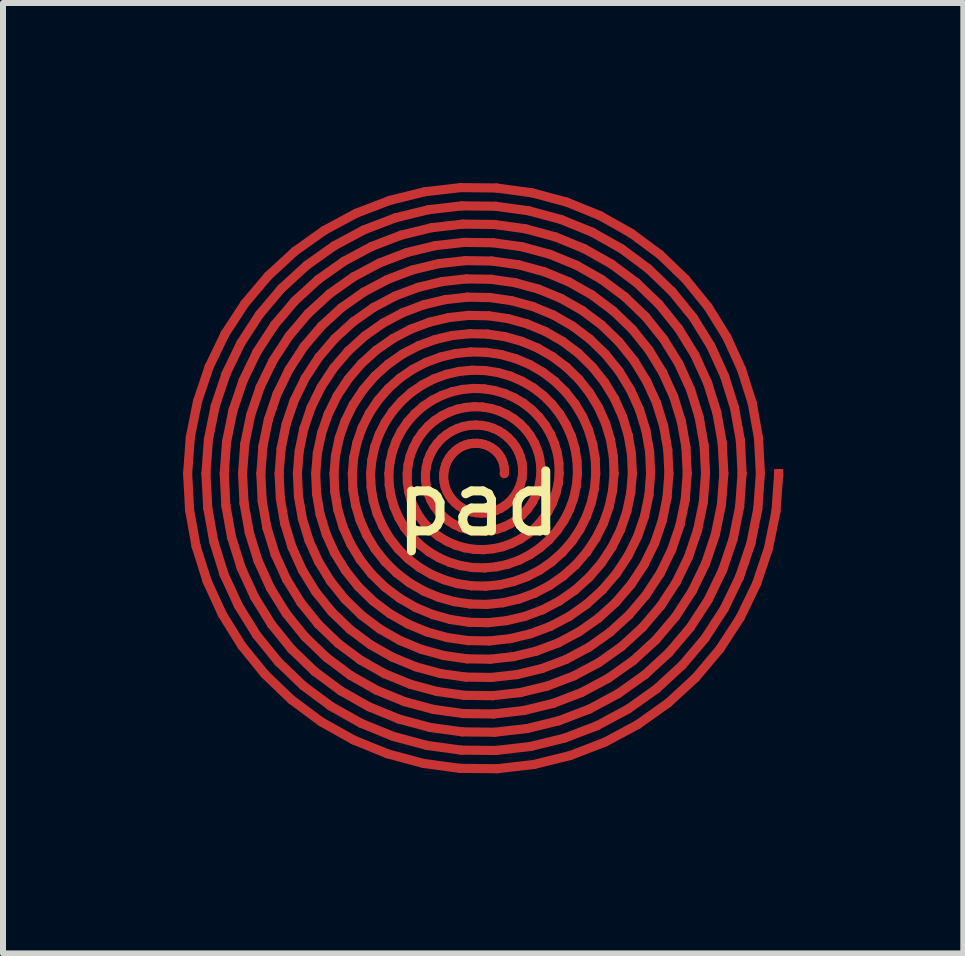
<source format=kicad_pcb>
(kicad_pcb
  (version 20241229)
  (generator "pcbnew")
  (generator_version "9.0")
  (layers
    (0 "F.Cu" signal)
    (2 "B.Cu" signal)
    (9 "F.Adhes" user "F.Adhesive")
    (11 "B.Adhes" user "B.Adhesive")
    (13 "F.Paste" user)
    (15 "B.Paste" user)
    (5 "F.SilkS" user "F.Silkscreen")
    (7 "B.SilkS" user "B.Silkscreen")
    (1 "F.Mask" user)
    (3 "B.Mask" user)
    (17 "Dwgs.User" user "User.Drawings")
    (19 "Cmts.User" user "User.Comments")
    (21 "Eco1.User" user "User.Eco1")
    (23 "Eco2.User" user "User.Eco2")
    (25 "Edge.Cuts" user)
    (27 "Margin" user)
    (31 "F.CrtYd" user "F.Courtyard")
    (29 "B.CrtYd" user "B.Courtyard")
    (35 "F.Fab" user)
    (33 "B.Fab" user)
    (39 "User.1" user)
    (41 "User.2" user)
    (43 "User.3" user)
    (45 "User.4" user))
  (footprint "pad"
    (layer "F.Cu")
    (at 4.924 4.841)
    (property "Reference" "pad" (at 0 0.5 0) (layer "F.SilkS") (effects (font (size 1 1) (thickness 0.15))))
    (attr through_hole)
    (fp_line (start -4.848 0) (end -4.803 -0.607) (stroke (width 0.152) (type solid)) (layer "F.Cu"))
    (fp_line (start -4.815 0.608) (end -4.848 0) (stroke (width 0.152) (type solid)) (layer "F.Cu"))
    (fp_line (start -4.803 -0.607) (end -4.683 -1.203) (stroke (width 0.152) (type solid)) (layer "F.Cu"))
    (fp_line (start -4.707 1.209) (end -4.815 0.608) (stroke (width 0.152) (type solid)) (layer "F.Cu"))
    (fp_line (start -4.683 -1.203) (end -4.49 -1.778) (stroke (width 0.152) (type solid)) (layer "F.Cu"))
    (fp_line (start -4.543 0) (end -4.501 -0.569) (stroke (width 0.152) (type solid)) (layer "F.Cu"))
    (fp_line (start -4.524 1.791) (end -4.707 1.209) (stroke (width 0.152) (type solid)) (layer "F.Cu"))
    (fp_line (start -4.513 0.57) (end -4.543 0) (stroke (width 0.152) (type solid)) (layer "F.Cu"))
    (fp_line (start -4.501 -0.569) (end -4.388 -1.127) (stroke (width 0.152) (type solid)) (layer "F.Cu"))
    (fp_line (start -4.49 -1.778) (end -4.227 -2.324) (stroke (width 0.152) (type solid)) (layer "F.Cu"))
    (fp_line (start -4.412 1.133) (end -4.513 0.57) (stroke (width 0.152) (type solid)) (layer "F.Cu"))
    (fp_line (start -4.388 -1.127) (end -4.207 -1.666) (stroke (width 0.152) (type solid)) (layer "F.Cu"))
    (fp_line (start -4.269 2.347) (end -4.524 1.791) (stroke (width 0.152) (type solid)) (layer "F.Cu"))
    (fp_line (start -4.241 1.679) (end -4.412 1.133) (stroke (width 0.152) (type solid)) (layer "F.Cu"))
    (fp_line (start -4.238 0) (end -4.199 -0.53) (stroke (width 0.152) (type solid)) (layer "F.Cu"))
    (fp_line (start -4.227 -2.324) (end -3.897 -2.831) (stroke (width 0.152) (type solid)) (layer "F.Cu"))
    (fp_line (start -4.211 0.532) (end -4.238 0) (stroke (width 0.152) (type solid)) (layer "F.Cu"))
    (fp_line (start -4.207 -1.666) (end -3.96 -2.177) (stroke (width 0.152) (type solid)) (layer "F.Cu"))
    (fp_line (start -4.199 -0.53) (end -4.093 -1.051) (stroke (width 0.152) (type solid)) (layer "F.Cu"))
    (fp_line (start -4.117 1.057) (end -4.211 0.532) (stroke (width 0.152) (type solid)) (layer "F.Cu"))
    (fp_line (start -4.093 -1.051) (end -3.923 -1.553) (stroke (width 0.152) (type solid)) (layer "F.Cu"))
    (fp_line (start -4.002 2.2) (end -4.241 1.679) (stroke (width 0.152) (type solid)) (layer "F.Cu"))
    (fp_line (start -3.96 -2.177) (end -3.651 -2.652) (stroke (width 0.152) (type solid)) (layer "F.Cu"))
    (fp_line (start -3.957 1.567) (end -4.117 1.057) (stroke (width 0.152) (type solid)) (layer "F.Cu"))
    (fp_line (start -3.946 2.867) (end -4.269 2.347) (stroke (width 0.152) (type solid)) (layer "F.Cu"))
    (fp_line (start -3.933 0) (end -3.896 -0.492) (stroke (width 0.152) (type solid)) (layer "F.Cu"))
    (fp_line (start -3.923 -1.553) (end -3.692 -2.03) (stroke (width 0.152) (type solid)) (layer "F.Cu"))
    (fp_line (start -3.908 0.494) (end -3.933 0) (stroke (width 0.152) (type solid)) (layer "F.Cu"))
    (fp_line (start -3.897 -2.831) (end -3.507 -3.293) (stroke (width 0.152) (type solid)) (layer "F.Cu"))
    (fp_line (start -3.896 -0.492) (end -3.798 -0.975) (stroke (width 0.152) (type solid)) (layer "F.Cu"))
    (fp_line (start -3.821 0.981) (end -3.908 0.494) (stroke (width 0.152) (type solid)) (layer "F.Cu"))
    (fp_line (start -3.798 -0.975) (end -3.64 -1.441) (stroke (width 0.152) (type solid)) (layer "F.Cu"))
    (fp_line (start -3.735 2.053) (end -3.957 1.567) (stroke (width 0.152) (type solid)) (layer "F.Cu"))
    (fp_line (start -3.7 2.688) (end -4.002 2.2) (stroke (width 0.152) (type solid)) (layer "F.Cu"))
    (fp_line (start -3.692 -2.03) (end -3.404 -2.473) (stroke (width 0.152) (type solid)) (layer "F.Cu"))
    (fp_line (start -3.674 1.455) (end -3.821 0.981) (stroke (width 0.152) (type solid)) (layer "F.Cu"))
    (fp_line (start -3.651 -2.652) (end -3.285 -3.085) (stroke (width 0.152) (type solid)) (layer "F.Cu"))
    (fp_line (start -3.64 -1.441) (end -3.425 -1.883) (stroke (width 0.152) (type solid)) (layer "F.Cu"))
    (fp_line (start -3.628 0) (end -3.594 -0.454) (stroke (width 0.152) (type solid)) (layer "F.Cu"))
    (fp_line (start -3.606 0.456) (end -3.628 0) (stroke (width 0.152) (type solid)) (layer "F.Cu"))
    (fp_line (start -3.594 -0.454) (end -3.503 -0.899) (stroke (width 0.152) (type solid)) (layer "F.Cu"))
    (fp_line (start -3.56 3.343) (end -3.946 2.867) (stroke (width 0.152) (type solid)) (layer "F.Cu"))
    (fp_line (start -3.526 0.905) (end -3.606 0.456) (stroke (width 0.152) (type solid)) (layer "F.Cu"))
    (fp_line (start -3.507 -3.293) (end -3.063 -3.702) (stroke (width 0.152) (type solid)) (layer "F.Cu"))
    (fp_line (start -3.503 -0.899) (end -3.357 -1.329) (stroke (width 0.152) (type solid)) (layer "F.Cu"))
    (fp_line (start -3.468 1.907) (end -3.674 1.455) (stroke (width 0.152) (type solid)) (layer "F.Cu"))
    (fp_line (start -3.453 2.509) (end -3.735 2.053) (stroke (width 0.152) (type solid)) (layer "F.Cu"))
    (fp_line (start -3.425 -1.883) (end -3.157 -2.294) (stroke (width 0.152) (type solid)) (layer "F.Cu"))
    (fp_line (start -3.404 -2.473) (end -3.063 -2.876) (stroke (width 0.152) (type solid)) (layer "F.Cu"))
    (fp_line (start -3.391 1.342) (end -3.526 0.905) (stroke (width 0.152) (type solid)) (layer "F.Cu"))
    (fp_line (start -3.357 -1.329) (end -3.158 -1.736) (stroke (width 0.152) (type solid)) (layer "F.Cu"))
    (fp_line (start -3.338 3.135) (end -3.7 2.688) (stroke (width 0.152) (type solid)) (layer "F.Cu"))
    (fp_line (start -3.324 0) (end -3.291 -0.416) (stroke (width 0.152) (type solid)) (layer "F.Cu"))
    (fp_line (start -3.303 0.417) (end -3.324 0) (stroke (width 0.152) (type solid)) (layer "F.Cu"))
    (fp_line (start -3.291 -0.416) (end -3.207 -0.824) (stroke (width 0.152) (type solid)) (layer "F.Cu"))
    (fp_line (start -3.285 -3.085) (end -2.868 -3.467) (stroke (width 0.152) (type solid)) (layer "F.Cu"))
    (fp_line (start -3.231 0.83) (end -3.303 0.417) (stroke (width 0.152) (type solid)) (layer "F.Cu"))
    (fp_line (start -3.207 -0.824) (end -3.073 -1.217) (stroke (width 0.152) (type solid)) (layer "F.Cu"))
    (fp_line (start -3.207 2.33) (end -3.468 1.907) (stroke (width 0.152) (type solid)) (layer "F.Cu"))
    (fp_line (start -3.201 1.76) (end -3.391 1.342) (stroke (width 0.152) (type solid)) (layer "F.Cu"))
    (fp_line (start -3.158 -1.736) (end -2.911 -2.115) (stroke (width 0.152) (type solid)) (layer "F.Cu"))
    (fp_line (start -3.157 -2.294) (end -2.841 -2.667) (stroke (width 0.152) (type solid)) (layer "F.Cu"))
    (fp_line (start -3.117 3.768) (end -3.56 3.343) (stroke (width 0.152) (type solid)) (layer "F.Cu"))
    (fp_line (start -3.116 2.926) (end -3.453 2.509) (stroke (width 0.152) (type solid)) (layer "F.Cu"))
    (fp_line (start -3.107 1.23) (end -3.231 0.83) (stroke (width 0.152) (type solid)) (layer "F.Cu"))
    (fp_line (start -3.073 -1.217) (end -2.891 -1.589) (stroke (width 0.152) (type solid)) (layer "F.Cu"))
    (fp_line (start -3.063 -3.702) (end -2.571 -4.052) (stroke (width 0.152) (type solid)) (layer "F.Cu"))
    (fp_line (start -3.063 -2.876) (end -2.674 -3.233) (stroke (width 0.152) (type solid)) (layer "F.Cu"))
    (fp_line (start -3.019 0) (end -2.989 -0.378) (stroke (width 0.152) (type solid)) (layer "F.Cu"))
    (fp_line (start -3.001 0.379) (end -3.019 0) (stroke (width 0.152) (type solid)) (layer "F.Cu"))
    (fp_line (start -2.989 -0.378) (end -2.912 -0.748) (stroke (width 0.152) (type solid)) (layer "F.Cu"))
    (fp_line (start -2.96 2.151) (end -3.201 1.76) (stroke (width 0.152) (type solid)) (layer "F.Cu"))
    (fp_line (start -2.936 0.754) (end -3.001 0.379) (stroke (width 0.152) (type solid)) (layer "F.Cu"))
    (fp_line (start -2.934 1.613) (end -3.107 1.23) (stroke (width 0.152) (type solid)) (layer "F.Cu"))
    (fp_line (start -2.923 3.533) (end -3.338 3.135) (stroke (width 0.152) (type solid)) (layer "F.Cu"))
    (fp_line (start -2.912 -0.748) (end -2.79 -1.105) (stroke (width 0.152) (type solid)) (layer "F.Cu"))
    (fp_line (start -2.911 -2.115) (end -2.618 -2.459) (stroke (width 0.152) (type solid)) (layer "F.Cu"))
    (fp_line (start -2.894 2.717) (end -3.207 2.33) (stroke (width 0.152) (type solid)) (layer "F.Cu"))
    (fp_line (start -2.891 -1.589) (end -2.664 -1.936) (stroke (width 0.152) (type solid)) (layer "F.Cu"))
    (fp_line (start -2.868 -3.467) (end -2.408 -3.794) (stroke (width 0.152) (type solid)) (layer "F.Cu"))
    (fp_line (start -2.841 -2.667) (end -2.48 -2.998) (stroke (width 0.152) (type solid)) (layer "F.Cu"))
    (fp_line (start -2.824 1.118) (end -2.936 0.754) (stroke (width 0.152) (type solid)) (layer "F.Cu"))
    (fp_line (start -2.79 -1.105) (end -2.624 -1.443) (stroke (width 0.152) (type solid)) (layer "F.Cu"))
    (fp_line (start -2.729 3.298) (end -3.116 2.926) (stroke (width 0.152) (type solid)) (layer "F.Cu"))
    (fp_line (start -2.714 0) (end -2.687 -0.339) (stroke (width 0.152) (type solid)) (layer "F.Cu"))
    (fp_line (start -2.714 1.971) (end -2.934 1.613) (stroke (width 0.152) (type solid)) (layer "F.Cu"))
    (fp_line (start -2.699 0.341) (end -2.714 0) (stroke (width 0.152) (type solid)) (layer "F.Cu"))
    (fp_line (start -2.687 -0.339) (end -2.617 -0.672) (stroke (width 0.152) (type solid)) (layer "F.Cu"))
    (fp_line (start -2.674 -3.233) (end -2.245 -3.537) (stroke (width 0.152) (type solid)) (layer "F.Cu"))
    (fp_line (start -2.672 2.509) (end -2.96 2.151) (stroke (width 0.152) (type solid)) (layer "F.Cu"))
    (fp_line (start -2.667 1.466) (end -2.824 1.118) (stroke (width 0.152) (type solid)) (layer "F.Cu"))
    (fp_line (start -2.664 -1.936) (end -2.396 -2.25) (stroke (width 0.152) (type solid)) (layer "F.Cu"))
    (fp_line (start -2.641 0.678) (end -2.699 0.341) (stroke (width 0.152) (type solid)) (layer "F.Cu"))
    (fp_line (start -2.624 -1.443) (end -2.418 -1.756) (stroke (width 0.152) (type solid)) (layer "F.Cu"))
    (fp_line (start -2.624 4.134) (end -3.117 3.768) (stroke (width 0.152) (type solid)) (layer "F.Cu"))
    (fp_line (start -2.618 -2.459) (end -2.286 -2.763) (stroke (width 0.152) (type solid)) (layer "F.Cu"))
    (fp_line (start -2.617 -0.672) (end -2.506 -0.992) (stroke (width 0.152) (type solid)) (layer "F.Cu"))
    (fp_line (start -2.571 -4.052) (end -2.041 -4.337) (stroke (width 0.152) (type solid)) (layer "F.Cu"))
    (fp_line (start -2.54 1.006) (end -2.641 0.678) (stroke (width 0.152) (type solid)) (layer "F.Cu"))
    (fp_line (start -2.534 3.063) (end -2.894 2.717) (stroke (width 0.152) (type solid)) (layer "F.Cu"))
    (fp_line (start -2.506 -0.992) (end -2.357 -1.296) (stroke (width 0.152) (type solid)) (layer "F.Cu"))
    (fp_line (start -2.48 -2.998) (end -2.081 -3.28) (stroke (width 0.152) (type solid)) (layer "F.Cu"))
    (fp_line (start -2.467 1.792) (end -2.667 1.466) (stroke (width 0.152) (type solid)) (layer "F.Cu"))
    (fp_line (start -2.46 3.877) (end -2.923 3.533) (stroke (width 0.152) (type solid)) (layer "F.Cu"))
    (fp_line (start -2.449 2.3) (end -2.714 1.971) (stroke (width 0.152) (type solid)) (layer "F.Cu"))
    (fp_line (start -2.418 -1.756) (end -2.174 -2.041) (stroke (width 0.152) (type solid)) (layer "F.Cu"))
    (fp_line (start -2.409 0) (end -2.384 -0.301) (stroke (width 0.152) (type solid)) (layer "F.Cu"))
    (fp_line (start -2.408 -3.794) (end -1.911 -4.061) (stroke (width 0.152) (type solid)) (layer "F.Cu"))
    (fp_line (start -2.4 1.319) (end -2.54 1.006) (stroke (width 0.152) (type solid)) (layer "F.Cu"))
    (fp_line (start -2.396 0.303) (end -2.409 0) (stroke (width 0.152) (type solid)) (layer "F.Cu"))
    (fp_line (start -2.396 -2.25) (end -2.091 -2.528) (stroke (width 0.152) (type solid)) (layer "F.Cu"))
    (fp_line (start -2.384 -0.301) (end -2.322 -0.596) (stroke (width 0.152) (type solid)) (layer "F.Cu"))
    (fp_line (start -2.357 -1.296) (end -2.171 -1.577) (stroke (width 0.152) (type solid)) (layer "F.Cu"))
    (fp_line (start -2.345 0.602) (end -2.396 0.303) (stroke (width 0.152) (type solid)) (layer "F.Cu"))
    (fp_line (start -2.34 2.829) (end -2.672 2.509) (stroke (width 0.152) (type solid)) (layer "F.Cu"))
    (fp_line (start -2.322 -0.596) (end -2.223 -0.88) (stroke (width 0.152) (type solid)) (layer "F.Cu"))
    (fp_line (start -2.297 3.619) (end -2.729 3.298) (stroke (width 0.152) (type solid)) (layer "F.Cu"))
    (fp_line (start -2.286 -2.763) (end -1.918 -3.022) (stroke (width 0.152) (type solid)) (layer "F.Cu"))
    (fp_line (start -2.257 0.894) (end -2.345 0.602) (stroke (width 0.152) (type solid)) (layer "F.Cu"))
    (fp_line (start -2.245 -3.537) (end -1.781 -3.785) (stroke (width 0.152) (type solid)) (layer "F.Cu"))
    (fp_line (start -2.227 2.092) (end -2.467 1.792) (stroke (width 0.152) (type solid)) (layer "F.Cu"))
    (fp_line (start -2.223 -0.88) (end -2.09 -1.149) (stroke (width 0.152) (type solid)) (layer "F.Cu"))
    (fp_line (start -2.22 1.613) (end -2.4 1.319) (stroke (width 0.152) (type solid)) (layer "F.Cu"))
    (fp_line (start -2.174 -2.041) (end -1.897 -2.293) (stroke (width 0.152) (type solid)) (layer "F.Cu"))
    (fp_line (start -2.171 -1.577) (end -1.952 -1.833) (stroke (width 0.152) (type solid)) (layer "F.Cu"))
    (fp_line (start -2.146 2.594) (end -2.449 2.3) (stroke (width 0.152) (type solid)) (layer "F.Cu"))
    (fp_line (start -2.134 3.362) (end -2.534 3.063) (stroke (width 0.152) (type solid)) (layer "F.Cu"))
    (fp_line (start -2.133 1.172) (end -2.257 0.894) (stroke (width 0.152) (type solid)) (layer "F.Cu"))
    (fp_line (start -2.104 0) (end -2.082 -0.263) (stroke (width 0.152) (type solid)) (layer "F.Cu"))
    (fp_line (start -2.094 0.265) (end -2.104 0) (stroke (width 0.152) (type solid)) (layer "F.Cu"))
    (fp_line (start -2.091 -2.528) (end -1.755 -2.765) (stroke (width 0.152) (type solid)) (layer "F.Cu"))
    (fp_line (start -2.09 -1.149) (end -1.924 -1.398) (stroke (width 0.152) (type solid)) (layer "F.Cu"))
    (fp_line (start -2.087 4.436) (end -2.624 4.134) (stroke (width 0.152) (type solid)) (layer "F.Cu"))
    (fp_line (start -2.082 -0.263) (end -2.026 -0.52) (stroke (width 0.152) (type solid)) (layer "F.Cu"))
    (fp_line (start -2.081 -3.28) (end -1.651 -3.509) (stroke (width 0.152) (type solid)) (layer "F.Cu"))
    (fp_line (start -2.05 0.526) (end -2.094 0.265) (stroke (width 0.152) (type solid)) (layer "F.Cu"))
    (fp_line (start -2.041 -4.337) (end -1.479 -4.552) (stroke (width 0.152) (type solid)) (layer "F.Cu"))
    (fp_line (start -2.026 -0.52) (end -1.94 -0.768) (stroke (width 0.152) (type solid)) (layer "F.Cu"))
    (fp_line (start -2.005 1.883) (end -2.22 1.613) (stroke (width 0.152) (type solid)) (layer "F.Cu"))
    (fp_line (start -1.974 1.434) (end -2.133 1.172) (stroke (width 0.152) (type solid)) (layer "F.Cu"))
    (fp_line (start -1.974 0.781) (end -2.05 0.526) (stroke (width 0.152) (type solid)) (layer "F.Cu"))
    (fp_line (start -1.97 3.105) (end -2.34 2.829) (stroke (width 0.152) (type solid)) (layer "F.Cu"))
    (fp_line (start -1.958 4.16) (end -2.46 3.877) (stroke (width 0.152) (type solid)) (layer "F.Cu"))
    (fp_line (start -1.952 -1.833) (end -1.703 -2.058) (stroke (width 0.152) (type solid)) (layer "F.Cu"))
    (fp_line (start -1.951 2.359) (end -2.227 2.092) (stroke (width 0.152) (type solid)) (layer "F.Cu"))
    (fp_line (start -1.94 -0.768) (end -1.823 -1.002) (stroke (width 0.152) (type solid)) (layer "F.Cu"))
    (fp_line (start -1.924 -1.398) (end -1.73 -1.624) (stroke (width 0.152) (type solid)) (layer "F.Cu"))
    (fp_line (start -1.918 -3.022) (end -1.522 -3.233) (stroke (width 0.152) (type solid)) (layer "F.Cu"))
    (fp_line (start -1.911 -4.061) (end -1.385 -4.262) (stroke (width 0.152) (type solid)) (layer "F.Cu"))
    (fp_line (start -1.897 -2.293) (end -1.591 -2.508) (stroke (width 0.152) (type solid)) (layer "F.Cu"))
    (fp_line (start -1.865 1.026) (end -1.974 0.781) (stroke (width 0.152) (type solid)) (layer "F.Cu"))
    (fp_line (start -1.828 3.884) (end -2.297 3.619) (stroke (width 0.152) (type solid)) (layer "F.Cu"))
    (fp_line (start -1.823 -1.002) (end -1.678 -1.219) (stroke (width 0.152) (type solid)) (layer "F.Cu"))
    (fp_line (start -1.807 2.847) (end -2.146 2.594) (stroke (width 0.152) (type solid)) (layer "F.Cu"))
    (fp_line (start -1.8 0) (end -1.779 -0.225) (stroke (width 0.152) (type solid)) (layer "F.Cu"))
    (fp_line (start -1.791 0.226) (end -1.8 0) (stroke (width 0.152) (type solid)) (layer "F.Cu"))
    (fp_line (start -1.783 1.674) (end -1.974 1.434) (stroke (width 0.152) (type solid)) (layer "F.Cu"))
    (fp_line (start -1.781 -3.785) (end -1.291 -3.973) (stroke (width 0.152) (type solid)) (layer "F.Cu"))
    (fp_line (start -1.779 -0.225) (end -1.731 -0.445) (stroke (width 0.152) (type solid)) (layer "F.Cu"))
    (fp_line (start -1.757 2.124) (end -2.005 1.883) (stroke (width 0.152) (type solid)) (layer "F.Cu"))
    (fp_line (start -1.755 0.451) (end -1.791 0.226) (stroke (width 0.152) (type solid)) (layer "F.Cu"))
    (fp_line (start -1.755 -2.765) (end -1.392 -2.958) (stroke (width 0.152) (type solid)) (layer "F.Cu"))
    (fp_line (start -1.731 -0.445) (end -1.656 -0.656) (stroke (width 0.152) (type solid)) (layer "F.Cu"))
    (fp_line (start -1.73 -1.624) (end -1.508 -1.823) (stroke (width 0.152) (type solid)) (layer "F.Cu"))
    (fp_line (start -1.727 1.255) (end -1.865 1.026) (stroke (width 0.152) (type solid)) (layer "F.Cu"))
    (fp_line (start -1.703 -2.058) (end -1.428 -2.25) (stroke (width 0.152) (type solid)) (layer "F.Cu"))
    (fp_line (start -1.698 3.609) (end -2.134 3.362) (stroke (width 0.152) (type solid)) (layer "F.Cu"))
    (fp_line (start -1.69 0.669) (end -1.755 0.451) (stroke (width 0.152) (type solid)) (layer "F.Cu"))
    (fp_line (start -1.678 -1.219) (end -1.507 -1.416) (stroke (width 0.152) (type solid)) (layer "F.Cu"))
    (fp_line (start -1.656 -0.656) (end -1.556 -0.855) (stroke (width 0.152) (type solid)) (layer "F.Cu"))
    (fp_line (start -1.651 -3.509) (end -1.197 -3.683) (stroke (width 0.152) (type solid)) (layer "F.Cu"))
    (fp_line (start -1.644 2.59) (end -1.951 2.359) (stroke (width 0.152) (type solid)) (layer "F.Cu"))
    (fp_line (start -1.598 0.879) (end -1.69 0.669) (stroke (width 0.152) (type solid)) (layer "F.Cu"))
    (fp_line (start -1.591 -2.508) (end -1.262 -2.682) (stroke (width 0.152) (type solid)) (layer "F.Cu"))
    (fp_line (start -1.568 3.333) (end -1.97 3.105) (stroke (width 0.152) (type solid)) (layer "F.Cu"))
    (fp_line (start -1.563 1.889) (end -1.783 1.674) (stroke (width 0.152) (type solid)) (layer "F.Cu"))
    (fp_line (start -1.561 1.466) (end -1.727 1.255) (stroke (width 0.152) (type solid)) (layer "F.Cu"))
    (fp_line (start -1.556 -0.855) (end -1.431 -1.04) (stroke (width 0.152) (type solid)) (layer "F.Cu"))
    (fp_line (start -1.522 -3.233) (end -1.102 -3.393) (stroke (width 0.152) (type solid)) (layer "F.Cu"))
    (fp_line (start -1.517 4.668) (end -2.087 4.436) (stroke (width 0.152) (type solid)) (layer "F.Cu"))
    (fp_line (start -1.508 -1.823) (end -1.265 -1.993) (stroke (width 0.152) (type solid)) (layer "F.Cu"))
    (fp_line (start -1.507 -1.416) (end -1.314 -1.589) (stroke (width 0.152) (type solid)) (layer "F.Cu"))
    (fp_line (start -1.495 0) (end -1.477 -0.187) (stroke (width 0.152) (type solid)) (layer "F.Cu"))
    (fp_line (start -1.489 0.188) (end -1.495 0) (stroke (width 0.152) (type solid)) (layer "F.Cu"))
    (fp_line (start -1.481 1.076) (end -1.598 0.879) (stroke (width 0.152) (type solid)) (layer "F.Cu"))
    (fp_line (start -1.48 2.333) (end -1.757 2.124) (stroke (width 0.152) (type solid)) (layer "F.Cu"))
    (fp_line (start -1.479 -4.552) (end -0.896 -4.696) (stroke (width 0.152) (type solid)) (layer "F.Cu"))
    (fp_line (start -1.477 -0.187) (end -1.436 -0.369) (stroke (width 0.152) (type solid)) (layer "F.Cu"))
    (fp_line (start -1.46 0.375) (end -1.489 0.188) (stroke (width 0.152) (type solid)) (layer "F.Cu"))
    (fp_line (start -1.438 3.057) (end -1.807 2.847) (stroke (width 0.152) (type solid)) (layer "F.Cu"))
    (fp_line (start -1.436 -0.369) (end -1.373 -0.544) (stroke (width 0.152) (type solid)) (layer "F.Cu"))
    (fp_line (start -1.431 -1.04) (end -1.285 -1.207) (stroke (width 0.152) (type solid)) (layer "F.Cu"))
    (fp_line (start -1.428 -2.25) (end -1.132 -2.406) (stroke (width 0.152) (type solid)) (layer "F.Cu"))
    (fp_line (start -1.423 4.378) (end -1.958 4.16) (stroke (width 0.152) (type solid)) (layer "F.Cu"))
    (fp_line (start -1.407 0.557) (end -1.46 0.375) (stroke (width 0.152) (type solid)) (layer "F.Cu"))
    (fp_line (start -1.392 -2.958) (end -1.008 -3.103) (stroke (width 0.152) (type solid)) (layer "F.Cu"))
    (fp_line (start -1.385 -4.262) (end -0.839 -4.396) (stroke (width 0.152) (type solid)) (layer "F.Cu"))
    (fp_line (start -1.373 -0.544) (end -1.289 -0.708) (stroke (width 0.152) (type solid)) (layer "F.Cu"))
    (fp_line (start -1.369 1.654) (end -1.561 1.466) (stroke (width 0.152) (type solid)) (layer "F.Cu"))
    (fp_line (start -1.339 1.257) (end -1.481 1.076) (stroke (width 0.152) (type solid)) (layer "F.Cu"))
    (fp_line (start -1.331 0.732) (end -1.407 0.557) (stroke (width 0.152) (type solid)) (layer "F.Cu"))
    (fp_line (start -1.328 4.089) (end -1.828 3.884) (stroke (width 0.152) (type solid)) (layer "F.Cu"))
    (fp_line (start -1.317 2.075) (end -1.563 1.889) (stroke (width 0.152) (type solid)) (layer "F.Cu"))
    (fp_line (start -1.314 -1.589) (end -1.101 -1.736) (stroke (width 0.152) (type solid)) (layer "F.Cu"))
    (fp_line (start -1.309 2.781) (end -1.644 2.59) (stroke (width 0.152) (type solid)) (layer "F.Cu"))
    (fp_line (start -1.291 -3.973) (end -0.782 -4.097) (stroke (width 0.152) (type solid)) (layer "F.Cu"))
    (fp_line (start -1.289 -0.708) (end -1.185 -0.861) (stroke (width 0.152) (type solid)) (layer "F.Cu"))
    (fp_line (start -1.285 -1.207) (end -1.12 -1.354) (stroke (width 0.152) (type solid)) (layer "F.Cu"))
    (fp_line (start -1.265 -1.993) (end -1.002 -2.13) (stroke (width 0.152) (type solid)) (layer "F.Cu"))
    (fp_line (start -1.262 -2.682) (end -0.914 -2.813) (stroke (width 0.152) (type solid)) (layer "F.Cu"))
    (fp_line (start -1.234 3.799) (end -1.698 3.609) (stroke (width 0.152) (type solid)) (layer "F.Cu"))
    (fp_line (start -1.234 0.897) (end -1.331 0.732) (stroke (width 0.152) (type solid)) (layer "F.Cu"))
    (fp_line (start -1.197 -3.683) (end -0.724 -3.798) (stroke (width 0.152) (type solid)) (layer "F.Cu"))
    (fp_line (start -1.19 0) (end -1.175 -0.148) (stroke (width 0.152) (type solid)) (layer "F.Cu"))
    (fp_line (start -1.187 0.15) (end -1.19 0) (stroke (width 0.152) (type solid)) (layer "F.Cu"))
    (fp_line (start -1.185 -0.861) (end -1.063 -0.998) (stroke (width 0.152) (type solid)) (layer "F.Cu"))
    (fp_line (start -1.179 2.505) (end -1.48 2.333) (stroke (width 0.152) (type solid)) (layer "F.Cu"))
    (fp_line (start -1.175 -0.148) (end -1.141 -0.293) (stroke (width 0.152) (type solid)) (layer "F.Cu"))
    (fp_line (start -1.174 1.419) (end -1.339 1.257) (stroke (width 0.152) (type solid)) (layer "F.Cu"))
    (fp_line (start -1.164 0.299) (end -1.187 0.15) (stroke (width 0.152) (type solid)) (layer "F.Cu"))
    (fp_line (start -1.154 1.818) (end -1.369 1.654) (stroke (width 0.152) (type solid)) (layer "F.Cu"))
    (fp_line (start -1.141 -0.293) (end -1.089 -0.431) (stroke (width 0.152) (type solid)) (layer "F.Cu"))
    (fp_line (start -1.14 3.509) (end -1.568 3.333) (stroke (width 0.152) (type solid)) (layer "F.Cu"))
    (fp_line (start -1.132 -2.406) (end -0.82 -2.523) (stroke (width 0.152) (type solid)) (layer "F.Cu"))
    (fp_line (start -1.123 0.445) (end -1.164 0.299) (stroke (width 0.152) (type solid)) (layer "F.Cu"))
    (fp_line (start -1.12 -1.354) (end -0.938 -1.478) (stroke (width 0.152) (type solid)) (layer "F.Cu"))
    (fp_line (start -1.116 1.048) (end -1.234 0.897) (stroke (width 0.152) (type solid)) (layer "F.Cu"))
    (fp_line (start -1.102 -3.393) (end -0.667 -3.498) (stroke (width 0.152) (type solid)) (layer "F.Cu"))
    (fp_line (start -1.101 -1.736) (end -0.873 -1.854) (stroke (width 0.152) (type solid)) (layer "F.Cu"))
    (fp_line (start -1.089 -0.431) (end -1.021 -0.562) (stroke (width 0.152) (type solid)) (layer "F.Cu"))
    (fp_line (start -1.064 0.585) (end -1.123 0.445) (stroke (width 0.152) (type solid)) (layer "F.Cu"))
    (fp_line (start -1.063 -0.998) (end -0.926 -1.119) (stroke (width 0.152) (type solid)) (layer "F.Cu"))
    (fp_line (start -1.049 2.23) (end -1.317 2.075) (stroke (width 0.152) (type solid)) (layer "F.Cu"))
    (fp_line (start -1.046 3.219) (end -1.438 3.057) (stroke (width 0.152) (type solid)) (layer "F.Cu"))
    (fp_line (start -1.021 -0.562) (end -0.938 -0.682) (stroke (width 0.152) (type solid)) (layer "F.Cu"))
    (fp_line (start -1.008 -3.103) (end -0.61 -3.199) (stroke (width 0.152) (type solid)) (layer "F.Cu"))
    (fp_line (start -1.002 -2.13) (end -0.726 -2.233) (stroke (width 0.152) (type solid)) (layer "F.Cu"))
    (fp_line (start -0.99 1.561) (end -1.174 1.419) (stroke (width 0.152) (type solid)) (layer "F.Cu"))
    (fp_line (start -0.987 0.717) (end -1.064 0.585) (stroke (width 0.152) (type solid)) (layer "F.Cu"))
    (fp_line (start -0.98 1.185) (end -1.116 1.048) (stroke (width 0.152) (type solid)) (layer "F.Cu"))
    (fp_line (start -0.952 2.929) (end -1.309 2.781) (stroke (width 0.152) (type solid)) (layer "F.Cu"))
    (fp_line (start -0.938 -1.478) (end -0.743 -1.579) (stroke (width 0.152) (type solid)) (layer "F.Cu"))
    (fp_line (start -0.938 -0.682) (end -0.841 -0.79) (stroke (width 0.152) (type solid)) (layer "F.Cu"))
    (fp_line (start -0.926 -1.119) (end -0.775 -1.221) (stroke (width 0.152) (type solid)) (layer "F.Cu"))
    (fp_line (start -0.921 4.828) (end -1.517 4.668) (stroke (width 0.152) (type solid)) (layer "F.Cu"))
    (fp_line (start -0.919 1.954) (end -1.154 1.818) (stroke (width 0.152) (type solid)) (layer "F.Cu"))
    (fp_line (start -0.914 -2.813) (end -0.553 -2.899) (stroke (width 0.152) (type solid)) (layer "F.Cu"))
    (fp_line (start -0.896 -4.696) (end -0.3 -4.765) (stroke (width 0.152) (type solid)) (layer "F.Cu"))
    (fp_line (start -0.894 0.84) (end -0.987 0.717) (stroke (width 0.152) (type solid)) (layer "F.Cu"))
    (fp_line (start -0.885 0) (end -0.872 -0.11) (stroke (width 0.152) (type solid)) (layer "F.Cu"))
    (fp_line (start -0.884 0.112) (end -0.885 0) (stroke (width 0.152) (type solid)) (layer "F.Cu"))
    (fp_line (start -0.873 -1.854) (end -0.631 -1.943) (stroke (width 0.152) (type solid)) (layer "F.Cu"))
    (fp_line (start -0.872 -0.11) (end -0.846 -0.217) (stroke (width 0.152) (type solid)) (layer "F.Cu"))
    (fp_line (start -0.869 0.223) (end -0.884 0.112) (stroke (width 0.152) (type solid)) (layer "F.Cu"))
    (fp_line (start -0.864 4.528) (end -1.423 4.378) (stroke (width 0.152) (type solid)) (layer "F.Cu"))
    (fp_line (start -0.858 2.639) (end -1.179 2.505) (stroke (width 0.152) (type solid)) (layer "F.Cu"))
    (fp_line (start -0.846 -0.217) (end -0.806 -0.319) (stroke (width 0.152) (type solid)) (layer "F.Cu"))
    (fp_line (start -0.841 -0.79) (end -0.731 -0.884) (stroke (width 0.152) (type solid)) (layer "F.Cu"))
    (fp_line (start -0.84 0.333) (end -0.869 0.223) (stroke (width 0.152) (type solid)) (layer "F.Cu"))
    (fp_line (start -0.839 -4.396) (end -0.281 -4.461) (stroke (width 0.152) (type solid)) (layer "F.Cu"))
    (fp_line (start -0.827 1.303) (end -0.98 1.185) (stroke (width 0.152) (type solid)) (layer "F.Cu"))
    (fp_line (start -0.82 -2.523) (end -0.496 -2.6) (stroke (width 0.152) (type solid)) (layer "F.Cu"))
    (fp_line (start -0.807 4.229) (end -1.328 4.089) (stroke (width 0.152) (type solid)) (layer "F.Cu"))
    (fp_line (start -0.806 -0.319) (end -0.754 -0.415) (stroke (width 0.152) (type solid)) (layer "F.Cu"))
    (fp_line (start -0.797 0.438) (end -0.84 0.333) (stroke (width 0.152) (type solid)) (layer "F.Cu"))
    (fp_line (start -0.79 1.678) (end -0.99 1.561) (stroke (width 0.152) (type solid)) (layer "F.Cu"))
    (fp_line (start -0.786 0.95) (end -0.894 0.84) (stroke (width 0.152) (type solid)) (layer "F.Cu"))
    (fp_line (start -0.782 -4.097) (end -0.262 -4.157) (stroke (width 0.152) (type solid)) (layer "F.Cu"))
    (fp_line (start -0.775 -1.221) (end -0.613 -1.303) (stroke (width 0.152) (type solid)) (layer "F.Cu"))
    (fp_line (start -0.763 2.349) (end -1.049 2.23) (stroke (width 0.152) (type solid)) (layer "F.Cu"))
    (fp_line (start -0.754 -0.415) (end -0.691 -0.502) (stroke (width 0.152) (type solid)) (layer "F.Cu"))
    (fp_line (start -0.75 3.929) (end -1.234 3.799) (stroke (width 0.152) (type solid)) (layer "F.Cu"))
    (fp_line (start -0.743 -1.579) (end -0.537 -1.654) (stroke (width 0.152) (type solid)) (layer "F.Cu"))
    (fp_line (start -0.741 0.538) (end -0.797 0.438) (stroke (width 0.152) (type solid)) (layer "F.Cu"))
    (fp_line (start -0.731 -0.884) (end -0.612 -0.964) (stroke (width 0.152) (type solid)) (layer "F.Cu"))
    (fp_line (start -0.726 -2.233) (end -0.439 -2.301) (stroke (width 0.152) (type solid)) (layer "F.Cu"))
    (fp_line (start -0.724 -3.798) (end -0.242 -3.852) (stroke (width 0.152) (type solid)) (layer "F.Cu"))
    (fp_line (start -0.692 3.63) (end -1.14 3.509) (stroke (width 0.152) (type solid)) (layer "F.Cu"))
    (fp_line (start -0.691 -0.502) (end -0.619 -0.581) (stroke (width 0.152) (type solid)) (layer "F.Cu"))
    (fp_line (start -0.672 0.631) (end -0.741 0.538) (stroke (width 0.152) (type solid)) (layer "F.Cu"))
    (fp_line (start -0.669 2.059) (end -0.919 1.954) (stroke (width 0.152) (type solid)) (layer "F.Cu"))
    (fp_line (start -0.667 -3.498) (end -0.223 -3.548) (stroke (width 0.152) (type solid)) (layer "F.Cu"))
    (fp_line (start -0.664 1.046) (end -0.786 0.95) (stroke (width 0.152) (type solid)) (layer "F.Cu"))
    (fp_line (start -0.66 1.402) (end -0.827 1.303) (stroke (width 0.152) (type solid)) (layer "F.Cu"))
    (fp_line (start -0.635 3.331) (end -1.046 3.219) (stroke (width 0.152) (type solid)) (layer "F.Cu"))
    (fp_line (start -0.631 -1.943) (end -0.382 -2.001) (stroke (width 0.152) (type solid)) (layer "F.Cu"))
    (fp_line (start -0.619 -0.581) (end -0.537 -0.649) (stroke (width 0.152) (type solid)) (layer "F.Cu"))
    (fp_line (start -0.613 -1.303) (end -0.443 -1.364) (stroke (width 0.152) (type solid)) (layer "F.Cu"))
    (fp_line (start -0.612 -0.964) (end -0.483 -1.027) (stroke (width 0.152) (type solid)) (layer "F.Cu"))
    (fp_line (start -0.61 -3.199) (end -0.204 -3.244) (stroke (width 0.152) (type solid)) (layer "F.Cu"))
    (fp_line (start -0.591 0.715) (end -0.672 0.631) (stroke (width 0.152) (type solid)) (layer "F.Cu"))
    (fp_line (start -0.582 0.074) (end -0.58 0) (stroke (width 0.152) (type solid)) (layer "F.Cu"))
    (fp_line (start -0.58 0) (end -0.57 -0.072) (stroke (width 0.152) (type solid)) (layer "F.Cu"))
    (fp_line (start -0.578 3.031) (end -0.952 2.929) (stroke (width 0.152) (type solid)) (layer "F.Cu"))
    (fp_line (start -0.575 1.769) (end -0.79 1.678) (stroke (width 0.152) (type solid)) (layer "F.Cu"))
    (fp_line (start -0.574 0.147) (end -0.582 0.074) (stroke (width 0.152) (type solid)) (layer "F.Cu"))
    (fp_line (start -0.57 -0.072) (end -0.55 -0.141) (stroke (width 0.152) (type solid)) (layer "F.Cu"))
    (fp_line (start -0.557 0.22) (end -0.574 0.147) (stroke (width 0.152) (type solid)) (layer "F.Cu"))
    (fp_line (start -0.553 -2.899) (end -0.185 -2.94) (stroke (width 0.152) (type solid)) (layer "F.Cu"))
    (fp_line (start -0.55 -0.141) (end -0.523 -0.207) (stroke (width 0.152) (type solid)) (layer "F.Cu"))
    (fp_line (start -0.537 -1.654) (end -0.325 -1.702) (stroke (width 0.152) (type solid)) (layer "F.Cu"))
    (fp_line (start -0.537 -0.649) (end -0.448 -0.706) (stroke (width 0.152) (type solid)) (layer "F.Cu"))
    (fp_line (start -0.53 1.126) (end -0.664 1.046) (stroke (width 0.152) (type solid)) (layer "F.Cu"))
    (fp_line (start -0.53 0.291) (end -0.557 0.22) (stroke (width 0.152) (type solid)) (layer "F.Cu"))
    (fp_line (start -0.523 -0.207) (end -0.487 -0.268) (stroke (width 0.152) (type solid)) (layer "F.Cu"))
    (fp_line (start -0.521 2.732) (end -0.858 2.639) (stroke (width 0.152) (type solid)) (layer "F.Cu"))
    (fp_line (start -0.5 0.789) (end -0.591 0.715) (stroke (width 0.152) (type solid)) (layer "F.Cu"))
    (fp_line (start -0.496 -2.6) (end -0.166 -2.636) (stroke (width 0.152) (type solid)) (layer "F.Cu"))
    (fp_line (start -0.494 0.359) (end -0.53 0.291) (stroke (width 0.152) (type solid)) (layer "F.Cu"))
    (fp_line (start -0.487 -0.268) (end -0.445 -0.323) (stroke (width 0.152) (type solid)) (layer "F.Cu"))
    (fp_line (start -0.483 -1.027) (end -0.349 -1.074) (stroke (width 0.152) (type solid)) (layer "F.Cu"))
    (fp_line (start -0.481 1.48) (end -0.66 1.402) (stroke (width 0.152) (type solid)) (layer "F.Cu"))
    (fp_line (start -0.464 2.432) (end -0.763 2.349) (stroke (width 0.152) (type solid)) (layer "F.Cu"))
    (fp_line (start -0.45 0.422) (end -0.494 0.359) (stroke (width 0.152) (type solid)) (layer "F.Cu"))
    (fp_line (start -0.448 -0.706) (end -0.354 -0.751) (stroke (width 0.152) (type solid)) (layer "F.Cu"))
    (fp_line (start -0.445 -0.323) (end -0.396 -0.372) (stroke (width 0.152) (type solid)) (layer "F.Cu"))
    (fp_line (start -0.443 -1.364) (end -0.268 -1.402) (stroke (width 0.152) (type solid)) (layer "F.Cu"))
    (fp_line (start -0.439 -2.301) (end -0.147 -2.331) (stroke (width 0.152) (type solid)) (layer "F.Cu"))
    (fp_line (start -0.407 2.133) (end -0.669 2.059) (stroke (width 0.152) (type solid)) (layer "F.Cu"))
    (fp_line (start -0.4 0.851) (end -0.5 0.789) (stroke (width 0.152) (type solid)) (layer "F.Cu"))
    (fp_line (start -0.397 0.48) (end -0.45 0.422) (stroke (width 0.152) (type solid)) (layer "F.Cu"))
    (fp_line (start -0.396 -0.372) (end -0.343 -0.414) (stroke (width 0.152) (type solid)) (layer "F.Cu"))
    (fp_line (start -0.387 1.19) (end -0.53 1.126) (stroke (width 0.152) (type solid)) (layer "F.Cu"))
    (fp_line (start -0.382 -2.001) (end -0.128 -2.027) (stroke (width 0.152) (type solid)) (layer "F.Cu"))
    (fp_line (start -0.354 -0.751) (end -0.255 -0.784) (stroke (width 0.152) (type solid)) (layer "F.Cu"))
    (fp_line (start -0.35 1.834) (end -0.575 1.769) (stroke (width 0.152) (type solid)) (layer "F.Cu"))
    (fp_line (start -0.349 -1.074) (end -0.21 -1.103) (stroke (width 0.152) (type solid)) (layer "F.Cu"))
    (fp_line (start -0.343 -0.414) (end -0.285 -0.449) (stroke (width 0.152) (type solid)) (layer "F.Cu"))
    (fp_line (start -0.337 0.531) (end -0.397 0.48) (stroke (width 0.152) (type solid)) (layer "F.Cu"))
    (fp_line (start -0.325 -1.702) (end -0.108 -1.723) (stroke (width 0.152) (type solid)) (layer "F.Cu"))
    (fp_line (start -0.309 4.911) (end -0.921 4.828) (stroke (width 0.152) (type solid)) (layer "F.Cu"))
    (fp_line (start -0.3 -4.765) (end 0.299 -4.759) (stroke (width 0.152) (type solid)) (layer "F.Cu"))
    (fp_line (start -0.293 1.534) (end -0.481 1.48) (stroke (width 0.152) (type solid)) (layer "F.Cu"))
    (fp_line (start -0.292 0.9) (end -0.4 0.851) (stroke (width 0.152) (type solid)) (layer "F.Cu"))
    (fp_line (start -0.29 4.607) (end -0.864 4.528) (stroke (width 0.152) (type solid)) (layer "F.Cu"))
    (fp_line (start -0.285 -0.449) (end -0.224 -0.476) (stroke (width 0.152) (type solid)) (layer "F.Cu"))
    (fp_line (start -0.281 -4.461) (end 0.28 -4.455) (stroke (width 0.152) (type solid)) (layer "F.Cu"))
    (fp_line (start -0.271 4.303) (end -0.807 4.229) (stroke (width 0.152) (type solid)) (layer "F.Cu"))
    (fp_line (start -0.27 0.575) (end -0.337 0.531) (stroke (width 0.152) (type solid)) (layer "F.Cu"))
    (fp_line (start -0.268 -1.402) (end -0.089 -1.419) (stroke (width 0.152) (type solid)) (layer "F.Cu"))
    (fp_line (start -0.262 -4.157) (end 0.261 -4.151) (stroke (width 0.152) (type solid)) (layer "F.Cu"))
    (fp_line (start -0.255 -0.784) (end -0.153 -0.804) (stroke (width 0.152) (type solid)) (layer "F.Cu"))
    (fp_line (start -0.252 3.998) (end -0.75 3.929) (stroke (width 0.152) (type solid)) (layer "F.Cu"))
    (fp_line (start -0.242 -3.852) (end 0.242 -3.846) (stroke (width 0.152) (type solid)) (layer "F.Cu"))
    (fp_line (start -0.236 1.235) (end -0.387 1.19) (stroke (width 0.152) (type solid)) (layer "F.Cu"))
    (fp_line (start -0.232 3.694) (end -0.692 3.63) (stroke (width 0.152) (type solid)) (layer "F.Cu"))
    (fp_line (start -0.224 -0.476) (end -0.161 -0.494) (stroke (width 0.152) (type solid)) (layer "F.Cu"))
    (fp_line (start -0.223 -3.548) (end 0.223 -3.542) (stroke (width 0.152) (type solid)) (layer "F.Cu"))
    (fp_line (start -0.213 3.39) (end -0.635 3.331) (stroke (width 0.152) (type solid)) (layer "F.Cu"))
    (fp_line (start -0.21 -1.103) (end -0.07 -1.115) (stroke (width 0.152) (type solid)) (layer "F.Cu"))
    (fp_line (start -0.204 -3.244) (end 0.204 -3.238) (stroke (width 0.152) (type solid)) (layer "F.Cu"))
    (fp_line (start -0.198 0.61) (end -0.27 0.575) (stroke (width 0.152) (type solid)) (layer "F.Cu"))
    (fp_line (start -0.194 3.086) (end -0.578 3.031) (stroke (width 0.152) (type solid)) (layer "F.Cu"))
    (fp_line (start -0.185 -2.94) (end 0.185 -2.934) (stroke (width 0.152) (type solid)) (layer "F.Cu"))
    (fp_line (start -0.178 0.935) (end -0.292 0.9) (stroke (width 0.152) (type solid)) (layer "F.Cu"))
    (fp_line (start -0.175 2.782) (end -0.521 2.732) (stroke (width 0.152) (type solid)) (layer "F.Cu"))
    (fp_line (start -0.166 -2.636) (end 0.165 -2.63) (stroke (width 0.152) (type solid)) (layer "F.Cu"))
    (fp_line (start -0.161 -0.494) (end -0.096 -0.504) (stroke (width 0.152) (type solid)) (layer "F.Cu"))
    (fp_line (start -0.156 2.477) (end -0.464 2.432) (stroke (width 0.152) (type solid)) (layer "F.Cu"))
    (fp_line (start -0.153 -0.804) (end -0.051 -0.81) (stroke (width 0.152) (type solid)) (layer "F.Cu"))
    (fp_line (start -0.147 -2.331) (end 0.146 -2.325) (stroke (width 0.152) (type solid)) (layer "F.Cu"))
    (fp_line (start -0.137 2.173) (end -0.407 2.133) (stroke (width 0.152) (type solid)) (layer "F.Cu"))
    (fp_line (start -0.128 -2.027) (end 0.127 -2.021) (stroke (width 0.152) (type solid)) (layer "F.Cu"))
    (fp_line (start -0.121 0.636) (end -0.198 0.61) (stroke (width 0.152) (type solid)) (layer "F.Cu"))
    (fp_line (start -0.118 1.869) (end -0.35 1.834) (stroke (width 0.152) (type solid)) (layer "F.Cu"))
    (fp_line (start -0.108 -1.723) (end 0.108 -1.717) (stroke (width 0.152) (type solid)) (layer "F.Cu"))
    (fp_line (start -0.098 1.565) (end -0.293 1.534) (stroke (width 0.152) (type solid)) (layer "F.Cu"))
    (fp_line (start -0.096 -0.504) (end -0.032 -0.506) (stroke (width 0.152) (type solid)) (layer "F.Cu"))
    (fp_line (start -0.089 -1.419) (end 0.089 -1.413) (stroke (width 0.152) (type solid)) (layer "F.Cu"))
    (fp_line (start -0.079 1.261) (end -0.236 1.235) (stroke (width 0.152) (type solid)) (layer "F.Cu"))
    (fp_line (start -0.07 -1.115) (end 0.07 -1.109) (stroke (width 0.152) (type solid)) (layer "F.Cu"))
    (fp_line (start -0.06 0.956) (end -0.178 0.935) (stroke (width 0.152) (type solid)) (layer "F.Cu"))
    (fp_line (start -0.051 -0.81) (end 0.051 -0.804) (stroke (width 0.152) (type solid)) (layer "F.Cu"))
    (fp_line (start -0.041 0.652) (end -0.121 0.636) (stroke (width 0.152) (type solid)) (layer "F.Cu"))
    (fp_line (start -0.032 -0.506) (end 0.031 -0.5) (stroke (width 0.152) (type solid)) (layer "F.Cu"))
    (fp_line (start 0.031 -0.5) (end 0.093 -0.486) (stroke (width 0.152) (type solid)) (layer "F.Cu"))
    (fp_line (start 0.041 0.658) (end -0.041 0.652) (stroke (width 0.152) (type solid)) (layer "F.Cu"))
    (fp_line (start 0.051 -0.804) (end 0.15 -0.786) (stroke (width 0.152) (type solid)) (layer "F.Cu"))
    (fp_line (start 0.061 0.963) (end -0.06 0.956) (stroke (width 0.152) (type solid)) (layer "F.Cu"))
    (fp_line (start 0.07 -1.109) (end 0.207 -1.085) (stroke (width 0.152) (type solid)) (layer "F.Cu"))
    (fp_line (start 0.08 1.267) (end -0.079 1.261) (stroke (width 0.152) (type solid)) (layer "F.Cu"))
    (fp_line (start 0.089 -1.413) (end 0.264 -1.384) (stroke (width 0.152) (type solid)) (layer "F.Cu"))
    (fp_line (start 0.093 -0.486) (end 0.151 -0.465) (stroke (width 0.152) (type solid)) (layer "F.Cu"))
    (fp_line (start 0.099 1.571) (end -0.098 1.565) (stroke (width 0.152) (type solid)) (layer "F.Cu"))
    (fp_line (start 0.108 -1.717) (end 0.321 -1.684) (stroke (width 0.152) (type solid)) (layer "F.Cu"))
    (fp_line (start 0.118 1.875) (end -0.118 1.869) (stroke (width 0.152) (type solid)) (layer "F.Cu"))
    (fp_line (start 0.125 0.654) (end 0.041 0.658) (stroke (width 0.152) (type solid)) (layer "F.Cu"))
    (fp_line (start 0.127 -2.021) (end 0.378 -1.983) (stroke (width 0.152) (type solid)) (layer "F.Cu"))
    (fp_line (start 0.137 2.179) (end -0.137 2.173) (stroke (width 0.152) (type solid)) (layer "F.Cu"))
    (fp_line (start 0.146 -2.325) (end 0.435 -2.283) (stroke (width 0.152) (type solid)) (layer "F.Cu"))
    (fp_line (start 0.15 -0.786) (end 0.245 -0.755) (stroke (width 0.152) (type solid)) (layer "F.Cu"))
    (fp_line (start 0.151 -0.465) (end 0.206 -0.437) (stroke (width 0.152) (type solid)) (layer "F.Cu"))
    (fp_line (start 0.156 2.484) (end -0.156 2.477) (stroke (width 0.152) (type solid)) (layer "F.Cu"))
    (fp_line (start 0.165 -2.63) (end 0.493 -2.582) (stroke (width 0.152) (type solid)) (layer "F.Cu"))
    (fp_line (start 0.175 2.788) (end -0.175 2.782) (stroke (width 0.152) (type solid)) (layer "F.Cu"))
    (fp_line (start 0.182 0.953) (end 0.061 0.963) (stroke (width 0.152) (type solid)) (layer "F.Cu"))
    (fp_line (start 0.185 -2.934) (end 0.55 -2.881) (stroke (width 0.152) (type solid)) (layer "F.Cu"))
    (fp_line (start 0.195 3.092) (end -0.194 3.086) (stroke (width 0.152) (type solid)) (layer "F.Cu"))
    (fp_line (start 0.204 -3.238) (end 0.607 -3.181) (stroke (width 0.152) (type solid)) (layer "F.Cu"))
    (fp_line (start 0.206 -0.437) (end 0.255 -0.403) (stroke (width 0.152) (type solid)) (layer "F.Cu"))
    (fp_line (start 0.207 -1.085) (end 0.339 -1.045) (stroke (width 0.152) (type solid)) (layer "F.Cu"))
    (fp_line (start 0.208 0.639) (end 0.125 0.654) (stroke (width 0.152) (type solid)) (layer "F.Cu"))
    (fp_line (start 0.214 3.396) (end -0.213 3.39) (stroke (width 0.152) (type solid)) (layer "F.Cu"))
    (fp_line (start 0.223 -3.542) (end 0.664 -3.48) (stroke (width 0.152) (type solid)) (layer "F.Cu"))
    (fp_line (start 0.233 3.7) (end -0.232 3.694) (stroke (width 0.152) (type solid)) (layer "F.Cu"))
    (fp_line (start 0.239 1.253) (end 0.08 1.267) (stroke (width 0.152) (type solid)) (layer "F.Cu"))
    (fp_line (start 0.242 -3.846) (end 0.721 -3.78) (stroke (width 0.152) (type solid)) (layer "F.Cu"))
    (fp_line (start 0.245 -0.755) (end 0.335 -0.713) (stroke (width 0.152) (type solid)) (layer "F.Cu"))
    (fp_line (start 0.252 4.005) (end -0.252 3.998) (stroke (width 0.152) (type solid)) (layer "F.Cu"))
    (fp_line (start 0.255 -0.403) (end 0.3 -0.363) (stroke (width 0.152) (type solid)) (layer "F.Cu"))
    (fp_line (start 0.261 -4.151) (end 0.778 -4.079) (stroke (width 0.152) (type solid)) (layer "F.Cu"))
    (fp_line (start 0.264 -1.384) (end 0.434 -1.335) (stroke (width 0.152) (type solid)) (layer "F.Cu"))
    (fp_line (start 0.271 4.309) (end -0.271 4.303) (stroke (width 0.152) (type solid)) (layer "F.Cu"))
    (fp_line (start 0.28 -4.455) (end 0.835 -4.379) (stroke (width 0.152) (type solid)) (layer "F.Cu"))
    (fp_line (start 0.289 0.613) (end 0.208 0.639) (stroke (width 0.152) (type solid)) (layer "F.Cu"))
    (fp_line (start 0.29 4.613) (end -0.29 4.607) (stroke (width 0.152) (type solid)) (layer "F.Cu"))
    (fp_line (start 0.296 1.552) (end 0.099 1.571) (stroke (width 0.152) (type solid)) (layer "F.Cu"))
    (fp_line (start 0.299 -4.759) (end 0.892 -4.678) (stroke (width 0.152) (type solid)) (layer "F.Cu"))
    (fp_line (start 0.3 -0.363) (end 0.339 -0.318) (stroke (width 0.152) (type solid)) (layer "F.Cu"))
    (fp_line (start 0.302 0.929) (end 0.182 0.953) (stroke (width 0.152) (type solid)) (layer "F.Cu"))
    (fp_line (start 0.309 4.917) (end -0.309 4.911) (stroke (width 0.152) (type solid)) (layer "F.Cu"))
    (fp_line (start 0.321 -1.684) (end 0.528 -1.625) (stroke (width 0.152) (type solid)) (layer "F.Cu"))
    (fp_line (start 0.335 -0.713) (end 0.419 -0.66) (stroke (width 0.152) (type solid)) (layer "F.Cu"))
    (fp_line (start 0.339 -0.318) (end 0.371 -0.269) (stroke (width 0.152) (type solid)) (layer "F.Cu"))
    (fp_line (start 0.339 -1.045) (end 0.465 -0.988) (stroke (width 0.152) (type solid)) (layer "F.Cu"))
    (fp_line (start 0.353 1.852) (end 0.118 1.875) (stroke (width 0.152) (type solid)) (layer "F.Cu"))
    (fp_line (start 0.367 0.578) (end 0.289 0.613) (stroke (width 0.152) (type solid)) (layer "F.Cu"))
    (fp_line (start 0.371 -0.269) (end 0.396 -0.218) (stroke (width 0.152) (type solid)) (layer "F.Cu"))
    (fp_line (start 0.378 -1.983) (end 0.622 -1.914) (stroke (width 0.152) (type solid)) (layer "F.Cu"))
    (fp_line (start 0.396 1.219) (end 0.239 1.253) (stroke (width 0.152) (type solid)) (layer "F.Cu"))
    (fp_line (start 0.396 -0.218) (end 0.415 -0.164) (stroke (width 0.152) (type solid)) (layer "F.Cu"))
    (fp_line (start 0.41 2.151) (end 0.137 2.179) (stroke (width 0.152) (type solid)) (layer "F.Cu"))
    (fp_line (start 0.415 -0.164) (end 0.426 -0.109) (stroke (width 0.152) (type solid)) (layer "F.Cu"))
    (fp_line (start 0.418 0.889) (end 0.302 0.929) (stroke (width 0.152) (type solid)) (layer "F.Cu"))
    (fp_line (start 0.419 -0.66) (end 0.494 -0.598) (stroke (width 0.152) (type solid)) (layer "F.Cu"))
    (fp_line (start 0.426 -0.109) (end 0.431 -0.054) (stroke (width 0.152) (type solid)) (layer "F.Cu"))
    (fp_line (start 0.431 -0.054) (end 0.428 0) (stroke (width 0.152) (type solid)) (layer "F.Cu"))
    (fp_line (start 0.434 -1.335) (end 0.595 -1.264) (stroke (width 0.152) (type solid)) (layer "F.Cu"))
    (fp_line (start 0.435 -2.283) (end 0.716 -2.204) (stroke (width 0.152) (type solid)) (layer "F.Cu"))
    (fp_line (start 0.44 0.532) (end 0.367 0.578) (stroke (width 0.152) (type solid)) (layer "F.Cu"))
    (fp_line (start 0.465 -0.988) (end 0.582 -0.917) (stroke (width 0.152) (type solid)) (layer "F.Cu"))
    (fp_line (start 0.467 2.45) (end 0.156 2.484) (stroke (width 0.152) (type solid)) (layer "F.Cu"))
    (fp_line (start 0.49 1.509) (end 0.296 1.552) (stroke (width 0.152) (type solid)) (layer "F.Cu"))
    (fp_line (start 0.493 -2.582) (end 0.81 -2.494) (stroke (width 0.152) (type solid)) (layer "F.Cu"))
    (fp_line (start 0.494 -0.598) (end 0.561 -0.527) (stroke (width 0.152) (type solid)) (layer "F.Cu"))
    (fp_line (start 0.508 0.477) (end 0.44 0.532) (stroke (width 0.152) (type solid)) (layer "F.Cu"))
    (fp_line (start 0.525 2.75) (end 0.175 2.788) (stroke (width 0.152) (type solid)) (layer "F.Cu"))
    (fp_line (start 0.528 -1.625) (end 0.725 -1.54) (stroke (width 0.152) (type solid)) (layer "F.Cu"))
    (fp_line (start 0.53 0.835) (end 0.418 0.889) (stroke (width 0.152) (type solid)) (layer "F.Cu"))
    (fp_line (start 0.548 1.165) (end 0.396 1.219) (stroke (width 0.152) (type solid)) (layer "F.Cu"))
    (fp_line (start 0.55 -2.881) (end 0.905 -2.784) (stroke (width 0.152) (type solid)) (layer "F.Cu"))
    (fp_line (start 0.561 -0.527) (end 0.618 -0.449) (stroke (width 0.152) (type solid)) (layer "F.Cu"))
    (fp_line (start 0.568 0.413) (end 0.508 0.477) (stroke (width 0.152) (type solid)) (layer "F.Cu"))
    (fp_line (start 0.582 3.049) (end 0.195 3.092) (stroke (width 0.152) (type solid)) (layer "F.Cu"))
    (fp_line (start 0.582 -0.917) (end 0.689 -0.832) (stroke (width 0.152) (type solid)) (layer "F.Cu"))
    (fp_line (start 0.584 1.798) (end 0.353 1.852) (stroke (width 0.152) (type solid)) (layer "F.Cu"))
    (fp_line (start 0.595 -1.264) (end 0.745 -1.175) (stroke (width 0.152) (type solid)) (layer "F.Cu"))
    (fp_line (start 0.607 -3.181) (end 0.999 -3.074) (stroke (width 0.152) (type solid)) (layer "F.Cu"))
    (fp_line (start 0.618 -0.449) (end 0.664 -0.365) (stroke (width 0.152) (type solid)) (layer "F.Cu"))
    (fp_line (start 0.621 0.341) (end 0.568 0.413) (stroke (width 0.152) (type solid)) (layer "F.Cu"))
    (fp_line (start 0.622 -1.914) (end 0.854 -1.816) (stroke (width 0.152) (type solid)) (layer "F.Cu"))
    (fp_line (start 0.634 0.767) (end 0.53 0.835) (stroke (width 0.152) (type solid)) (layer "F.Cu"))
    (fp_line (start 0.639 3.349) (end 0.214 3.396) (stroke (width 0.152) (type solid)) (layer "F.Cu"))
    (fp_line (start 0.664 -0.365) (end 0.698 -0.276) (stroke (width 0.152) (type solid)) (layer "F.Cu"))
    (fp_line (start 0.664 -3.48) (end 1.093 -3.364) (stroke (width 0.152) (type solid)) (layer "F.Cu"))
    (fp_line (start 0.664 0.263) (end 0.621 0.341) (stroke (width 0.152) (type solid)) (layer "F.Cu"))
    (fp_line (start 0.678 1.441) (end 0.49 1.509) (stroke (width 0.152) (type solid)) (layer "F.Cu"))
    (fp_line (start 0.679 2.088) (end 0.41 2.151) (stroke (width 0.152) (type solid)) (layer "F.Cu"))
    (fp_line (start 0.689 -0.832) (end 0.783 -0.735) (stroke (width 0.152) (type solid)) (layer "F.Cu"))
    (fp_line (start 0.693 1.092) (end 0.548 1.165) (stroke (width 0.152) (type solid)) (layer "F.Cu"))
    (fp_line (start 0.696 3.648) (end 0.233 3.7) (stroke (width 0.152) (type solid)) (layer "F.Cu"))
    (fp_line (start 0.698 0.179) (end 0.664 0.263) (stroke (width 0.152) (type solid)) (layer "F.Cu"))
    (fp_line (start 0.698 -0.276) (end 0.722 -0.185) (stroke (width 0.152) (type solid)) (layer "F.Cu"))
    (fp_line (start 0.716 -2.204) (end 0.984 -2.092) (stroke (width 0.152) (type solid)) (layer "F.Cu"))
    (fp_line (start 0.721 0.091) (end 0.698 0.179) (stroke (width 0.152) (type solid)) (layer "F.Cu"))
    (fp_line (start 0.721 -3.78) (end 1.187 -3.654) (stroke (width 0.152) (type solid)) (layer "F.Cu"))
    (fp_line (start 0.722 -0.185) (end 0.733 -0.093) (stroke (width 0.152) (type solid)) (layer "F.Cu"))
    (fp_line (start 0.725 -1.54) (end 0.909 -1.432) (stroke (width 0.152) (type solid)) (layer "F.Cu"))
    (fp_line (start 0.73 0.685) (end 0.634 0.767) (stroke (width 0.152) (type solid)) (layer "F.Cu"))
    (fp_line (start 0.733 0) (end 0.721 0.091) (stroke (width 0.152) (type solid)) (layer "F.Cu"))
    (fp_line (start 0.733 -0.093) (end 0.733 0) (stroke (width 0.152) (type solid)) (layer "F.Cu"))
    (fp_line (start 0.745 -1.175) (end 0.883 -1.067) (stroke (width 0.152) (type solid)) (layer "F.Cu"))
    (fp_line (start 0.753 3.947) (end 0.252 4.005) (stroke (width 0.152) (type solid)) (layer "F.Cu"))
    (fp_line (start 0.773 2.378) (end 0.467 2.45) (stroke (width 0.152) (type solid)) (layer "F.Cu"))
    (fp_line (start 0.778 -4.079) (end 1.281 -3.944) (stroke (width 0.152) (type solid)) (layer "F.Cu"))
    (fp_line (start 0.783 -0.735) (end 0.864 -0.628) (stroke (width 0.152) (type solid)) (layer "F.Cu"))
    (fp_line (start 0.808 1.717) (end 0.584 1.798) (stroke (width 0.152) (type solid)) (layer "F.Cu"))
    (fp_line (start 0.81 4.247) (end 0.271 4.309) (stroke (width 0.152) (type solid)) (layer "F.Cu"))
    (fp_line (start 0.81 -2.494) (end 1.114 -2.367) (stroke (width 0.152) (type solid)) (layer "F.Cu"))
    (fp_line (start 0.815 0.592) (end 0.73 0.685) (stroke (width 0.152) (type solid)) (layer "F.Cu"))
    (fp_line (start 0.828 1.001) (end 0.693 1.092) (stroke (width 0.152) (type solid)) (layer "F.Cu"))
    (fp_line (start 0.835 -4.379) (end 1.376 -4.233) (stroke (width 0.152) (type solid)) (layer "F.Cu"))
    (fp_line (start 0.854 -1.816) (end 1.072 -1.689) (stroke (width 0.152) (type solid)) (layer "F.Cu"))
    (fp_line (start 0.856 1.35) (end 0.678 1.441) (stroke (width 0.152) (type solid)) (layer "F.Cu"))
    (fp_line (start 0.864 -0.628) (end 0.931 -0.512) (stroke (width 0.152) (type solid)) (layer "F.Cu"))
    (fp_line (start 0.867 2.668) (end 0.525 2.75) (stroke (width 0.152) (type solid)) (layer "F.Cu"))
    (fp_line (start 0.867 4.546) (end 0.29 4.613) (stroke (width 0.152) (type solid)) (layer "F.Cu"))
    (fp_line (start 0.883 -1.067) (end 1.005 -0.944) (stroke (width 0.152) (type solid)) (layer "F.Cu"))
    (fp_line (start 0.888 0.488) (end 0.815 0.592) (stroke (width 0.152) (type solid)) (layer "F.Cu"))
    (fp_line (start 0.892 -4.678) (end 1.47 -4.523) (stroke (width 0.152) (type solid)) (layer "F.Cu"))
    (fp_line (start 0.905 -2.784) (end 1.244 -2.643) (stroke (width 0.152) (type solid)) (layer "F.Cu"))
    (fp_line (start 0.909 -1.432) (end 1.077 -1.302) (stroke (width 0.152) (type solid)) (layer "F.Cu"))
    (fp_line (start 0.924 4.846) (end 0.309 4.917) (stroke (width 0.152) (type solid)) (layer "F.Cu"))
    (fp_line (start 0.931 -0.512) (end 0.982 -0.389) (stroke (width 0.152) (type solid)) (layer "F.Cu"))
    (fp_line (start 0.938 1.992) (end 0.679 2.088) (stroke (width 0.152) (type solid)) (layer "F.Cu"))
    (fp_line (start 0.948 0.375) (end 0.888 0.488) (stroke (width 0.152) (type solid)) (layer "F.Cu"))
    (fp_line (start 0.952 0.894) (end 0.828 1.001) (stroke (width 0.152) (type solid)) (layer "F.Cu"))
    (fp_line (start 0.961 2.958) (end 0.582 3.049) (stroke (width 0.152) (type solid)) (layer "F.Cu"))
    (fp_line (start 0.982 -0.389) (end 1.017 -0.261) (stroke (width 0.152) (type solid)) (layer "F.Cu"))
    (fp_line (start 0.984 -2.092) (end 1.235 -1.947) (stroke (width 0.152) (type solid)) (layer "F.Cu"))
    (fp_line (start 0.993 0.255) (end 0.948 0.375) (stroke (width 0.152) (type solid)) (layer "F.Cu"))
    (fp_line (start 0.999 -3.074) (end 1.374 -2.919) (stroke (width 0.152) (type solid)) (layer "F.Cu"))
    (fp_line (start 1.005 -0.944) (end 1.111 -0.807) (stroke (width 0.152) (type solid)) (layer "F.Cu"))
    (fp_line (start 1.017 -0.261) (end 1.035 -0.131) (stroke (width 0.152) (type solid)) (layer "F.Cu"))
    (fp_line (start 1.02 1.607) (end 0.808 1.717) (stroke (width 0.152) (type solid)) (layer "F.Cu"))
    (fp_line (start 1.023 1.236) (end 0.856 1.35) (stroke (width 0.152) (type solid)) (layer "F.Cu"))
    (fp_line (start 1.023 0.129) (end 0.993 0.255) (stroke (width 0.152) (type solid)) (layer "F.Cu"))
    (fp_line (start 1.035 -0.131) (end 1.038 0) (stroke (width 0.152) (type solid)) (layer "F.Cu"))
    (fp_line (start 1.038 0) (end 1.023 0.129) (stroke (width 0.152) (type solid)) (layer "F.Cu"))
    (fp_line (start 1.055 3.248) (end 0.639 3.349) (stroke (width 0.152) (type solid)) (layer "F.Cu"))
    (fp_line (start 1.061 0.771) (end 0.952 0.894) (stroke (width 0.152) (type solid)) (layer "F.Cu"))
    (fp_line (start 1.067 2.268) (end 0.773 2.378) (stroke (width 0.152) (type solid)) (layer "F.Cu"))
    (fp_line (start 1.072 -1.689) (end 1.271 -1.537) (stroke (width 0.152) (type solid)) (layer "F.Cu"))
    (fp_line (start 1.077 -1.302) (end 1.227 -1.153) (stroke (width 0.152) (type solid)) (layer "F.Cu"))
    (fp_line (start 1.093 -3.364) (end 1.503 -3.195) (stroke (width 0.152) (type solid)) (layer "F.Cu"))
    (fp_line (start 1.111 -0.807) (end 1.198 -0.658) (stroke (width 0.152) (type solid)) (layer "F.Cu"))
    (fp_line (start 1.114 -2.367) (end 1.399 -2.204) (stroke (width 0.152) (type solid)) (layer "F.Cu"))
    (fp_line (start 1.149 3.538) (end 0.696 3.648) (stroke (width 0.152) (type solid)) (layer "F.Cu"))
    (fp_line (start 1.155 0.635) (end 1.061 0.771) (stroke (width 0.152) (type solid)) (layer "F.Cu"))
    (fp_line (start 1.174 1.103) (end 1.023 1.236) (stroke (width 0.152) (type solid)) (layer "F.Cu"))
    (fp_line (start 1.183 1.864) (end 0.938 1.992) (stroke (width 0.152) (type solid)) (layer "F.Cu"))
    (fp_line (start 1.187 -3.654) (end 1.633 -3.471) (stroke (width 0.152) (type solid)) (layer "F.Cu"))
    (fp_line (start 1.197 2.544) (end 0.867 2.668) (stroke (width 0.152) (type solid)) (layer "F.Cu"))
    (fp_line (start 1.198 -0.658) (end 1.265 -0.501) (stroke (width 0.152) (type solid)) (layer "F.Cu"))
    (fp_line (start 1.217 1.471) (end 1.02 1.607) (stroke (width 0.152) (type solid)) (layer "F.Cu"))
    (fp_line (start 1.227 -1.153) (end 1.357 -0.986) (stroke (width 0.152) (type solid)) (layer "F.Cu"))
    (fp_line (start 1.231 0.487) (end 1.155 0.635) (stroke (width 0.152) (type solid)) (layer "F.Cu"))
    (fp_line (start 1.235 -1.947) (end 1.466 -1.772) (stroke (width 0.152) (type solid)) (layer "F.Cu"))
    (fp_line (start 1.244 3.828) (end 0.753 3.947) (stroke (width 0.152) (type solid)) (layer "F.Cu"))
    (fp_line (start 1.244 -2.643) (end 1.562 -2.461) (stroke (width 0.152) (type solid)) (layer "F.Cu"))
    (fp_line (start 1.265 -0.501) (end 1.312 -0.337) (stroke (width 0.152) (type solid)) (layer "F.Cu"))
    (fp_line (start 1.271 -1.537) (end 1.45 -1.361) (stroke (width 0.152) (type solid)) (layer "F.Cu"))
    (fp_line (start 1.281 -3.944) (end 1.763 -3.746) (stroke (width 0.152) (type solid)) (layer "F.Cu"))
    (fp_line (start 1.288 0.331) (end 1.231 0.487) (stroke (width 0.152) (type solid)) (layer "F.Cu"))
    (fp_line (start 1.308 0.95) (end 1.174 1.103) (stroke (width 0.152) (type solid)) (layer "F.Cu"))
    (fp_line (start 1.312 -0.337) (end 1.338 -0.169) (stroke (width 0.152) (type solid)) (layer "F.Cu"))
    (fp_line (start 1.326 0.167) (end 1.288 0.331) (stroke (width 0.152) (type solid)) (layer "F.Cu"))
    (fp_line (start 1.327 2.82) (end 0.961 2.958) (stroke (width 0.152) (type solid)) (layer "F.Cu"))
    (fp_line (start 1.338 -0.169) (end 1.342 0) (stroke (width 0.152) (type solid)) (layer "F.Cu"))
    (fp_line (start 1.338 4.118) (end 0.81 4.247) (stroke (width 0.152) (type solid)) (layer "F.Cu"))
    (fp_line (start 1.342 0) (end 1.326 0.167) (stroke (width 0.152) (type solid)) (layer "F.Cu"))
    (fp_line (start 1.346 2.122) (end 1.067 2.268) (stroke (width 0.152) (type solid)) (layer "F.Cu"))
    (fp_line (start 1.357 -0.986) (end 1.465 -0.805) (stroke (width 0.152) (type solid)) (layer "F.Cu"))
    (fp_line (start 1.374 -2.919) (end 1.725 -2.719) (stroke (width 0.152) (type solid)) (layer "F.Cu"))
    (fp_line (start 1.376 -4.233) (end 1.893 -4.022) (stroke (width 0.152) (type solid)) (layer "F.Cu"))
    (fp_line (start 1.396 1.311) (end 1.217 1.471) (stroke (width 0.152) (type solid)) (layer "F.Cu"))
    (fp_line (start 1.399 -2.204) (end 1.66 -2.007) (stroke (width 0.152) (type solid)) (layer "F.Cu"))
    (fp_line (start 1.411 1.706) (end 1.183 1.864) (stroke (width 0.152) (type solid)) (layer "F.Cu"))
    (fp_line (start 1.422 0.782) (end 1.308 0.95) (stroke (width 0.152) (type solid)) (layer "F.Cu"))
    (fp_line (start 1.432 4.407) (end 0.867 4.546) (stroke (width 0.152) (type solid)) (layer "F.Cu"))
    (fp_line (start 1.45 -1.361) (end 1.604 -1.165) (stroke (width 0.152) (type solid)) (layer "F.Cu"))
    (fp_line (start 1.457 3.096) (end 1.055 3.248) (stroke (width 0.152) (type solid)) (layer "F.Cu"))
    (fp_line (start 1.465 -0.805) (end 1.549 -0.613) (stroke (width 0.152) (type solid)) (layer "F.Cu"))
    (fp_line (start 1.466 -1.772) (end 1.672 -1.57) (stroke (width 0.152) (type solid)) (layer "F.Cu"))
    (fp_line (start 1.47 -4.523) (end 2.022 -4.298) (stroke (width 0.152) (type solid)) (layer "F.Cu"))
    (fp_line (start 1.503 -3.195) (end 1.889 -2.976) (stroke (width 0.152) (type solid)) (layer "F.Cu"))
    (fp_line (start 1.51 2.379) (end 1.197 2.544) (stroke (width 0.152) (type solid)) (layer "F.Cu"))
    (fp_line (start 1.515 0.6) (end 1.422 0.782) (stroke (width 0.152) (type solid)) (layer "F.Cu"))
    (fp_line (start 1.526 4.697) (end 0.924 4.846) (stroke (width 0.152) (type solid)) (layer "F.Cu"))
    (fp_line (start 1.549 -0.613) (end 1.607 -0.413) (stroke (width 0.152) (type solid)) (layer "F.Cu"))
    (fp_line (start 1.555 1.129) (end 1.396 1.311) (stroke (width 0.152) (type solid)) (layer "F.Cu"))
    (fp_line (start 1.562 -2.461) (end 1.854 -2.241) (stroke (width 0.152) (type solid)) (layer "F.Cu"))
    (fp_line (start 1.584 0.407) (end 1.515 0.6) (stroke (width 0.152) (type solid)) (layer "F.Cu"))
    (fp_line (start 1.586 3.371) (end 1.149 3.538) (stroke (width 0.152) (type solid)) (layer "F.Cu"))
    (fp_line (start 1.604 -1.165) (end 1.732 -0.952) (stroke (width 0.152) (type solid)) (layer "F.Cu"))
    (fp_line (start 1.606 1.941) (end 1.346 2.122) (stroke (width 0.152) (type solid)) (layer "F.Cu"))
    (fp_line (start 1.607 -0.413) (end 1.64 -0.207) (stroke (width 0.152) (type solid)) (layer "F.Cu"))
    (fp_line (start 1.618 1.52) (end 1.411 1.706) (stroke (width 0.152) (type solid)) (layer "F.Cu"))
    (fp_line (start 1.628 0.206) (end 1.584 0.407) (stroke (width 0.152) (type solid)) (layer "F.Cu"))
    (fp_line (start 1.633 -3.471) (end 2.052 -3.233) (stroke (width 0.152) (type solid)) (layer "F.Cu"))
    (fp_line (start 1.64 -0.207) (end 1.647 0) (stroke (width 0.152) (type solid)) (layer "F.Cu"))
    (fp_line (start 1.647 0) (end 1.628 0.206) (stroke (width 0.152) (type solid)) (layer "F.Cu"))
    (fp_line (start 1.66 -2.007) (end 1.894 -1.779) (stroke (width 0.152) (type solid)) (layer "F.Cu"))
    (fp_line (start 1.672 -1.57) (end 1.85 -1.344) (stroke (width 0.152) (type solid)) (layer "F.Cu"))
    (fp_line (start 1.673 2.636) (end 1.327 2.82) (stroke (width 0.152) (type solid)) (layer "F.Cu"))
    (fp_line (start 1.689 0.929) (end 1.555 1.129) (stroke (width 0.152) (type solid)) (layer "F.Cu"))
    (fp_line (start 1.716 3.647) (end 1.244 3.828) (stroke (width 0.152) (type solid)) (layer "F.Cu"))
    (fp_line (start 1.725 -2.719) (end 2.049 -2.476) (stroke (width 0.152) (type solid)) (layer "F.Cu"))
    (fp_line (start 1.732 -0.952) (end 1.832 -0.725) (stroke (width 0.152) (type solid)) (layer "F.Cu"))
    (fp_line (start 1.763 -3.746) (end 2.215 -3.491) (stroke (width 0.152) (type solid)) (layer "F.Cu"))
    (fp_line (start 1.798 0.712) (end 1.689 0.929) (stroke (width 0.152) (type solid)) (layer "F.Cu"))
    (fp_line (start 1.8 2.176) (end 1.51 2.379) (stroke (width 0.152) (type solid)) (layer "F.Cu"))
    (fp_line (start 1.801 1.309) (end 1.618 1.52) (stroke (width 0.152) (type solid)) (layer "F.Cu"))
    (fp_line (start 1.832 -0.725) (end 1.902 -0.488) (stroke (width 0.152) (type solid)) (layer "F.Cu"))
    (fp_line (start 1.836 2.894) (end 1.457 3.096) (stroke (width 0.152) (type solid)) (layer "F.Cu"))
    (fp_line (start 1.841 1.728) (end 1.606 1.941) (stroke (width 0.152) (type solid)) (layer "F.Cu"))
    (fp_line (start 1.846 3.923) (end 1.338 4.118) (stroke (width 0.152) (type solid)) (layer "F.Cu"))
    (fp_line (start 1.85 -1.344) (end 1.999 -1.099) (stroke (width 0.152) (type solid)) (layer "F.Cu"))
    (fp_line (start 1.854 -2.241) (end 2.116 -1.987) (stroke (width 0.152) (type solid)) (layer "F.Cu"))
    (fp_line (start 1.879 0.482) (end 1.798 0.712) (stroke (width 0.152) (type solid)) (layer "F.Cu"))
    (fp_line (start 1.889 -2.976) (end 2.243 -2.711) (stroke (width 0.152) (type solid)) (layer "F.Cu"))
    (fp_line (start 1.893 -4.022) (end 2.379 -3.748) (stroke (width 0.152) (type solid)) (layer "F.Cu"))
    (fp_line (start 1.894 -1.779) (end 2.097 -1.524) (stroke (width 0.152) (type solid)) (layer "F.Cu"))
    (fp_line (start 1.902 -0.488) (end 1.943 -0.245) (stroke (width 0.152) (type solid)) (layer "F.Cu"))
    (fp_line (start 1.931 0.244) (end 1.879 0.482) (stroke (width 0.152) (type solid)) (layer "F.Cu"))
    (fp_line (start 1.943 -0.245) (end 1.952 0) (stroke (width 0.152) (type solid)) (layer "F.Cu"))
    (fp_line (start 1.952 0) (end 1.931 0.244) (stroke (width 0.152) (type solid)) (layer "F.Cu"))
    (fp_line (start 1.956 1.075) (end 1.801 1.309) (stroke (width 0.152) (type solid)) (layer "F.Cu"))
    (fp_line (start 1.976 4.199) (end 1.432 4.407) (stroke (width 0.152) (type solid)) (layer "F.Cu"))
    (fp_line (start 1.994 2.411) (end 1.673 2.636) (stroke (width 0.152) (type solid)) (layer "F.Cu"))
    (fp_line (start 1.999 -1.099) (end 2.115 -0.838) (stroke (width 0.152) (type solid)) (layer "F.Cu"))
    (fp_line (start 2 3.151) (end 1.586 3.371) (stroke (width 0.152) (type solid)) (layer "F.Cu"))
    (fp_line (start 2.022 -4.298) (end 2.542 -4.005) (stroke (width 0.152) (type solid)) (layer "F.Cu"))
    (fp_line (start 2.048 1.488) (end 1.841 1.728) (stroke (width 0.152) (type solid)) (layer "F.Cu"))
    (fp_line (start 2.049 -2.476) (end 2.338 -2.196) (stroke (width 0.152) (type solid)) (layer "F.Cu"))
    (fp_line (start 2.052 -3.233) (end 2.437 -2.946) (stroke (width 0.152) (type solid)) (layer "F.Cu"))
    (fp_line (start 2.063 1.937) (end 1.8 2.176) (stroke (width 0.152) (type solid)) (layer "F.Cu"))
    (fp_line (start 2.081 0.824) (end 1.956 1.075) (stroke (width 0.152) (type solid)) (layer "F.Cu"))
    (fp_line (start 2.097 -1.524) (end 2.266 -1.246) (stroke (width 0.152) (type solid)) (layer "F.Cu"))
    (fp_line (start 2.106 4.474) (end 1.526 4.697) (stroke (width 0.152) (type solid)) (layer "F.Cu"))
    (fp_line (start 2.115 -0.838) (end 2.198 -0.564) (stroke (width 0.152) (type solid)) (layer "F.Cu"))
    (fp_line (start 2.116 -1.987) (end 2.344 -1.703) (stroke (width 0.152) (type solid)) (layer "F.Cu"))
    (fp_line (start 2.163 3.408) (end 1.716 3.647) (stroke (width 0.152) (type solid)) (layer "F.Cu"))
    (fp_line (start 2.174 0.558) (end 2.081 0.824) (stroke (width 0.152) (type solid)) (layer "F.Cu"))
    (fp_line (start 2.188 2.645) (end 1.836 2.894) (stroke (width 0.152) (type solid)) (layer "F.Cu"))
    (fp_line (start 2.198 -0.564) (end 2.245 -0.284) (stroke (width 0.152) (type solid)) (layer "F.Cu"))
    (fp_line (start 2.215 -3.491) (end 2.631 -3.181) (stroke (width 0.152) (type solid)) (layer "F.Cu"))
    (fp_line (start 2.223 1.222) (end 2.048 1.488) (stroke (width 0.152) (type solid)) (layer "F.Cu"))
    (fp_line (start 2.233 0.282) (end 2.174 0.558) (stroke (width 0.152) (type solid)) (layer "F.Cu"))
    (fp_line (start 2.243 -2.711) (end 2.561 -2.405) (stroke (width 0.152) (type solid)) (layer "F.Cu"))
    (fp_line (start 2.245 -0.284) (end 2.257 0) (stroke (width 0.152) (type solid)) (layer "F.Cu"))
    (fp_line (start 2.257 0) (end 2.233 0.282) (stroke (width 0.152) (type solid)) (layer "F.Cu"))
    (fp_line (start 2.266 -1.246) (end 2.399 -0.95) (stroke (width 0.152) (type solid)) (layer "F.Cu"))
    (fp_line (start 2.285 2.146) (end 1.994 2.411) (stroke (width 0.152) (type solid)) (layer "F.Cu"))
    (fp_line (start 2.294 1.667) (end 2.063 1.937) (stroke (width 0.152) (type solid)) (layer "F.Cu"))
    (fp_line (start 2.326 3.666) (end 1.846 3.923) (stroke (width 0.152) (type solid)) (layer "F.Cu"))
    (fp_line (start 2.338 -2.196) (end 2.59 -1.882) (stroke (width 0.152) (type solid)) (layer "F.Cu"))
    (fp_line (start 2.344 -1.703) (end 2.533 -1.393) (stroke (width 0.152) (type solid)) (layer "F.Cu"))
    (fp_line (start 2.365 0.936) (end 2.223 1.222) (stroke (width 0.152) (type solid)) (layer "F.Cu"))
    (fp_line (start 2.379 -3.748) (end 2.826 -3.416) (stroke (width 0.152) (type solid)) (layer "F.Cu"))
    (fp_line (start 2.383 2.88) (end 2 3.151) (stroke (width 0.152) (type solid)) (layer "F.Cu"))
    (fp_line (start 2.399 -0.95) (end 2.493 -0.64) (stroke (width 0.152) (type solid)) (layer "F.Cu"))
    (fp_line (start 2.437 -2.946) (end 2.783 -2.613) (stroke (width 0.152) (type solid)) (layer "F.Cu"))
    (fp_line (start 2.469 0.634) (end 2.365 0.936) (stroke (width 0.152) (type solid)) (layer "F.Cu"))
    (fp_line (start 2.49 3.923) (end 1.976 4.199) (stroke (width 0.152) (type solid)) (layer "F.Cu"))
    (fp_line (start 2.49 1.369) (end 2.294 1.667) (stroke (width 0.152) (type solid)) (layer "F.Cu"))
    (fp_line (start 2.493 -0.64) (end 2.547 -0.322) (stroke (width 0.152) (type solid)) (layer "F.Cu"))
    (fp_line (start 2.507 2.354) (end 2.188 2.645) (stroke (width 0.152) (type solid)) (layer "F.Cu"))
    (fp_line (start 2.533 -1.393) (end 2.682 -1.062) (stroke (width 0.152) (type solid)) (layer "F.Cu"))
    (fp_line (start 2.535 0.32) (end 2.469 0.634) (stroke (width 0.152) (type solid)) (layer "F.Cu"))
    (fp_line (start 2.541 1.846) (end 2.285 2.146) (stroke (width 0.152) (type solid)) (layer "F.Cu"))
    (fp_line (start 2.542 -4.005) (end 3.02 -3.651) (stroke (width 0.152) (type solid)) (layer "F.Cu"))
    (fp_line (start 2.547 -0.322) (end 2.562 0) (stroke (width 0.152) (type solid)) (layer "F.Cu"))
    (fp_line (start 2.561 -2.405) (end 2.837 -2.061) (stroke (width 0.152) (type solid)) (layer "F.Cu"))
    (fp_line (start 2.562 0) (end 2.535 0.32) (stroke (width 0.152) (type solid)) (layer "F.Cu"))
    (fp_line (start 2.577 3.115) (end 2.163 3.408) (stroke (width 0.152) (type solid)) (layer "F.Cu"))
    (fp_line (start 2.59 -1.882) (end 2.8 -1.539) (stroke (width 0.152) (type solid)) (layer "F.Cu"))
    (fp_line (start 2.631 -3.181) (end 3.005 -2.822) (stroke (width 0.152) (type solid)) (layer "F.Cu"))
    (fp_line (start 2.648 1.048) (end 2.49 1.369) (stroke (width 0.152) (type solid)) (layer "F.Cu"))
    (fp_line (start 2.653 4.18) (end 2.106 4.474) (stroke (width 0.152) (type solid)) (layer "F.Cu"))
    (fp_line (start 2.682 -1.062) (end 2.788 -0.716) (stroke (width 0.152) (type solid)) (layer "F.Cu"))
    (fp_line (start 2.729 2.563) (end 2.383 2.88) (stroke (width 0.152) (type solid)) (layer "F.Cu"))
    (fp_line (start 2.758 1.516) (end 2.541 1.846) (stroke (width 0.152) (type solid)) (layer "F.Cu"))
    (fp_line (start 2.765 0.71) (end 2.648 1.048) (stroke (width 0.152) (type solid)) (layer "F.Cu"))
    (fp_line (start 2.771 3.35) (end 2.326 3.666) (stroke (width 0.152) (type solid)) (layer "F.Cu"))
    (fp_line (start 2.783 -2.613) (end 3.083 -2.24) (stroke (width 0.152) (type solid)) (layer "F.Cu"))
    (fp_line (start 2.787 2.025) (end 2.507 2.354) (stroke (width 0.152) (type solid)) (layer "F.Cu"))
    (fp_line (start 2.788 -0.716) (end 2.85 -0.36) (stroke (width 0.152) (type solid)) (layer "F.Cu"))
    (fp_line (start 2.8 -1.539) (end 2.966 -1.174) (stroke (width 0.152) (type solid)) (layer "F.Cu"))
    (fp_line (start 2.826 -3.416) (end 3.227 -3.03) (stroke (width 0.152) (type solid)) (layer "F.Cu"))
    (fp_line (start 2.837 -2.061) (end 3.067 -1.686) (stroke (width 0.152) (type solid)) (layer "F.Cu"))
    (fp_line (start 2.838 0.358) (end 2.765 0.71) (stroke (width 0.152) (type solid)) (layer "F.Cu"))
    (fp_line (start 2.85 -0.36) (end 2.866 0) (stroke (width 0.152) (type solid)) (layer "F.Cu"))
    (fp_line (start 2.866 0) (end 2.838 0.358) (stroke (width 0.152) (type solid)) (layer "F.Cu"))
    (fp_line (start 2.932 1.161) (end 2.758 1.516) (stroke (width 0.152) (type solid)) (layer "F.Cu"))
    (fp_line (start 2.952 2.772) (end 2.577 3.115) (stroke (width 0.152) (type solid)) (layer "F.Cu"))
    (fp_line (start 2.966 -1.174) (end 3.083 -0.792) (stroke (width 0.152) (type solid)) (layer "F.Cu"))
    (fp_line (start 2.966 3.585) (end 2.49 3.923) (stroke (width 0.152) (type solid)) (layer "F.Cu"))
    (fp_line (start 3.005 -2.822) (end 3.33 -2.419) (stroke (width 0.152) (type solid)) (layer "F.Cu"))
    (fp_line (start 3.02 -3.651) (end 3.449 -3.239) (stroke (width 0.152) (type solid)) (layer "F.Cu"))
    (fp_line (start 3.025 1.663) (end 2.787 2.025) (stroke (width 0.152) (type solid)) (layer "F.Cu"))
    (fp_line (start 3.034 2.204) (end 2.729 2.563) (stroke (width 0.152) (type solid)) (layer "F.Cu"))
    (fp_line (start 3.06 0.786) (end 2.932 1.161) (stroke (width 0.152) (type solid)) (layer "F.Cu"))
    (fp_line (start 3.067 -1.686) (end 3.249 -1.286) (stroke (width 0.152) (type solid)) (layer "F.Cu"))
    (fp_line (start 3.083 -0.792) (end 3.152 -0.398) (stroke (width 0.152) (type solid)) (layer "F.Cu"))
    (fp_line (start 3.083 -2.24) (end 3.335 -1.833) (stroke (width 0.152) (type solid)) (layer "F.Cu"))
    (fp_line (start 3.14 0.397) (end 3.06 0.786) (stroke (width 0.152) (type solid)) (layer "F.Cu"))
    (fp_line (start 3.152 -0.398) (end 3.171 0) (stroke (width 0.152) (type solid)) (layer "F.Cu"))
    (fp_line (start 3.16 3.82) (end 2.653 4.18) (stroke (width 0.152) (type solid)) (layer "F.Cu"))
    (fp_line (start 3.171 0) (end 3.14 0.397) (stroke (width 0.152) (type solid)) (layer "F.Cu"))
    (fp_line (start 3.174 2.98) (end 2.771 3.35) (stroke (width 0.152) (type solid)) (layer "F.Cu"))
    (fp_line (start 3.215 1.273) (end 3.025 1.663) (stroke (width 0.152) (type solid)) (layer "F.Cu"))
    (fp_line (start 3.227 -3.03) (end 3.577 -2.599) (stroke (width 0.152) (type solid)) (layer "F.Cu"))
    (fp_line (start 3.249 -1.286) (end 3.379 -0.867) (stroke (width 0.152) (type solid)) (layer "F.Cu"))
    (fp_line (start 3.281 2.384) (end 2.952 2.772) (stroke (width 0.152) (type solid)) (layer "F.Cu"))
    (fp_line (start 3.292 1.81) (end 3.034 2.204) (stroke (width 0.152) (type solid)) (layer "F.Cu"))
    (fp_line (start 3.33 -2.419) (end 3.602 -1.98) (stroke (width 0.152) (type solid)) (layer "F.Cu"))
    (fp_line (start 3.335 -1.833) (end 3.532 -1.399) (stroke (width 0.152) (type solid)) (layer "F.Cu"))
    (fp_line (start 3.355 0.861) (end 3.215 1.273) (stroke (width 0.152) (type solid)) (layer "F.Cu"))
    (fp_line (start 3.379 -0.867) (end 3.455 -0.436) (stroke (width 0.152) (type solid)) (layer "F.Cu"))
    (fp_line (start 3.396 3.189) (end 2.966 3.585) (stroke (width 0.152) (type solid)) (layer "F.Cu"))
    (fp_line (start 3.443 0.435) (end 3.355 0.861) (stroke (width 0.152) (type solid)) (layer "F.Cu"))
    (fp_line (start 3.449 -3.239) (end 3.823 -2.778) (stroke (width 0.152) (type solid)) (layer "F.Cu"))
    (fp_line (start 3.455 -0.436) (end 3.476 0) (stroke (width 0.152) (type solid)) (layer "F.Cu"))
    (fp_line (start 3.476 0) (end 3.443 0.435) (stroke (width 0.152) (type solid)) (layer "F.Cu"))
    (fp_line (start 3.498 1.385) (end 3.292 1.81) (stroke (width 0.152) (type solid)) (layer "F.Cu"))
    (fp_line (start 3.527 2.563) (end 3.174 2.98) (stroke (width 0.152) (type solid)) (layer "F.Cu"))
    (fp_line (start 3.532 -1.399) (end 3.674 -0.943) (stroke (width 0.152) (type solid)) (layer "F.Cu"))
    (fp_line (start 3.559 1.957) (end 3.281 2.384) (stroke (width 0.152) (type solid)) (layer "F.Cu"))
    (fp_line (start 3.577 -2.599) (end 3.869 -2.127) (stroke (width 0.152) (type solid)) (layer "F.Cu"))
    (fp_line (start 3.602 -1.98) (end 3.816 -1.511) (stroke (width 0.152) (type solid)) (layer "F.Cu"))
    (fp_line (start 3.618 3.398) (end 3.16 3.82) (stroke (width 0.152) (type solid)) (layer "F.Cu"))
    (fp_line (start 3.65 0.937) (end 3.498 1.385) (stroke (width 0.152) (type solid)) (layer "F.Cu"))
    (fp_line (start 3.674 -0.943) (end 3.757 -0.475) (stroke (width 0.152) (type solid)) (layer "F.Cu"))
    (fp_line (start 3.745 0.473) (end 3.65 0.937) (stroke (width 0.152) (type solid)) (layer "F.Cu"))
    (fp_line (start 3.757 -0.475) (end 3.781 0) (stroke (width 0.152) (type solid)) (layer "F.Cu"))
    (fp_line (start 3.774 2.742) (end 3.396 3.189) (stroke (width 0.152) (type solid)) (layer "F.Cu"))
    (fp_line (start 3.781 0) (end 3.745 0.473) (stroke (width 0.152) (type solid)) (layer "F.Cu"))
    (fp_line (start 3.782 1.497) (end 3.559 1.957) (stroke (width 0.152) (type solid)) (layer "F.Cu"))
    (fp_line (start 3.816 -1.511) (end 3.969 -1.019) (stroke (width 0.152) (type solid)) (layer "F.Cu"))
    (fp_line (start 3.823 -2.778) (end 4.136 -2.274) (stroke (width 0.152) (type solid)) (layer "F.Cu"))
    (fp_line (start 3.826 2.103) (end 3.527 2.563) (stroke (width 0.152) (type solid)) (layer "F.Cu"))
    (fp_line (start 3.869 -2.127) (end 4.099 -1.623) (stroke (width 0.152) (type solid)) (layer "F.Cu"))
    (fp_line (start 3.945 1.013) (end 3.782 1.497) (stroke (width 0.152) (type solid)) (layer "F.Cu"))
    (fp_line (start 3.969 -1.019) (end 4.059 -0.513) (stroke (width 0.152) (type solid)) (layer "F.Cu"))
    (fp_line (start 4.02 2.921) (end 3.618 3.398) (stroke (width 0.152) (type solid)) (layer "F.Cu"))
    (fp_line (start 4.047 0.511) (end 3.945 1.013) (stroke (width 0.152) (type solid)) (layer "F.Cu"))
    (fp_line (start 4.059 -0.513) (end 4.086 0) (stroke (width 0.152) (type solid)) (layer "F.Cu"))
    (fp_line (start 4.065 1.609) (end 3.826 2.103) (stroke (width 0.152) (type solid)) (layer "F.Cu"))
    (fp_line (start 4.086 0) (end 4.047 0.511) (stroke (width 0.152) (type solid)) (layer "F.Cu"))
    (fp_line (start 4.093 2.25) (end 3.774 2.742) (stroke (width 0.152) (type solid)) (layer "F.Cu"))
    (fp_line (start 4.099 -1.623) (end 4.264 -1.095) (stroke (width 0.152) (type solid)) (layer "F.Cu"))
    (fp_line (start 4.136 -2.274) (end 4.382 -1.735) (stroke (width 0.152) (type solid)) (layer "F.Cu"))
    (fp_line (start 4.241 1.089) (end 4.065 1.609) (stroke (width 0.152) (type solid)) (layer "F.Cu"))
    (fp_line (start 4.264 -1.095) (end 4.362 -0.551) (stroke (width 0.152) (type solid)) (layer "F.Cu"))
    (fp_line (start 4.348 1.722) (end 4.093 2.25) (stroke (width 0.152) (type solid)) (layer "F.Cu"))
    (fp_line (start 4.35 0.549) (end 4.241 1.089) (stroke (width 0.152) (type solid)) (layer "F.Cu"))
    (fp_line (start 4.36 2.397) (end 4.02 2.921) (stroke (width 0.152) (type solid)) (layer "F.Cu"))
    (fp_line (start 4.362 -0.551) (end 4.39 0) (stroke (width 0.152) (type solid)) (layer "F.Cu"))
    (fp_line (start 4.382 -1.735) (end 4.56 -1.171) (stroke (width 0.152) (type solid)) (layer "F.Cu"))
    (fp_line (start 4.39 0) (end 4.35 0.549) (stroke (width 0.152) (type solid)) (layer "F.Cu"))
    (fp_line (start 4.536 1.165) (end 4.348 1.722) (stroke (width 0.152) (type solid)) (layer "F.Cu"))
    (fp_line (start 4.56 -1.171) (end 4.664 -0.589) (stroke (width 0.152) (type solid)) (layer "F.Cu"))
    (fp_line (start 4.632 1.834) (end 4.36 2.397) (stroke (width 0.152) (type solid)) (layer "F.Cu"))
    (fp_line (start 4.652 0.588) (end 4.536 1.165) (stroke (width 0.152) (type solid)) (layer "F.Cu"))
    (fp_line (start 4.664 -0.589) (end 4.695 0) (stroke (width 0.152) (type solid)) (layer "F.Cu"))
    (fp_line (start 4.695 0) (end 4.652 0.588) (stroke (width 0.152) (type solid)) (layer "F.Cu"))
    (fp_line (start 4.831 1.24) (end 4.632 1.834) (stroke (width 0.152) (type solid)) (layer "F.Cu"))
    (fp_line (start 4.955 0.626) (end 4.831 1.24) (stroke (width 0.152) (type solid)) (layer "F.Cu"))
    (fp_line (start 5 0) (end 4.955 0.626) (stroke (width 0.152) (type solid)) (layer "F.Cu"))
    (pad "1" smd rect (at 5 0) (size 0.152 0.152) (layers "F.Cu"))
    (pad "2" smd circle (at 0.428 0) (size 0.152 0.152) (layers "F.Cu")))
  (gr_rect
    (start -3 -3)
    (end 13 12.835)
    (stroke (width 0.1) (type default))
    (fill no)
    (layer "Edge.Cuts")))
</source>
